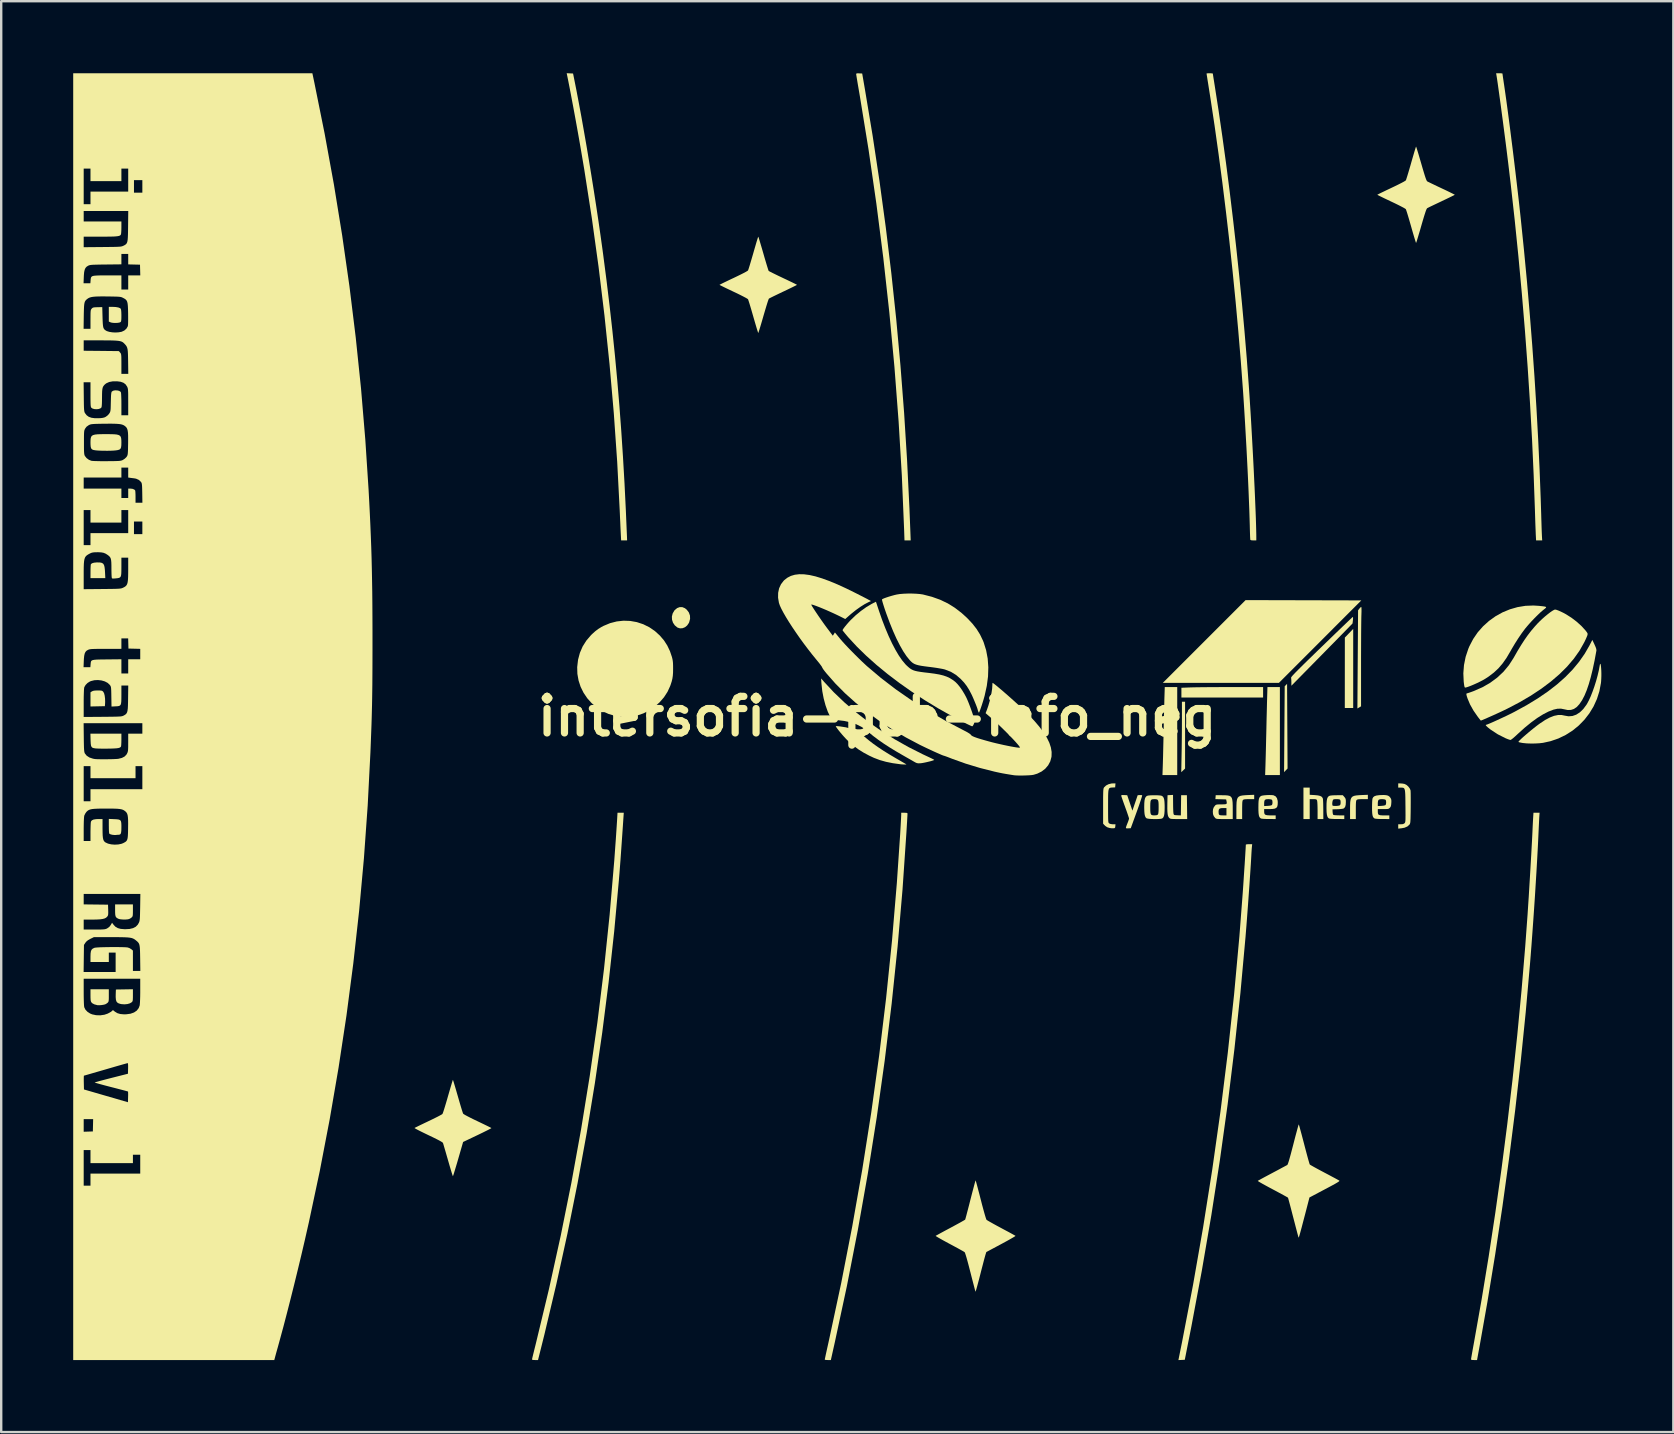
<source format=kicad_pcb>
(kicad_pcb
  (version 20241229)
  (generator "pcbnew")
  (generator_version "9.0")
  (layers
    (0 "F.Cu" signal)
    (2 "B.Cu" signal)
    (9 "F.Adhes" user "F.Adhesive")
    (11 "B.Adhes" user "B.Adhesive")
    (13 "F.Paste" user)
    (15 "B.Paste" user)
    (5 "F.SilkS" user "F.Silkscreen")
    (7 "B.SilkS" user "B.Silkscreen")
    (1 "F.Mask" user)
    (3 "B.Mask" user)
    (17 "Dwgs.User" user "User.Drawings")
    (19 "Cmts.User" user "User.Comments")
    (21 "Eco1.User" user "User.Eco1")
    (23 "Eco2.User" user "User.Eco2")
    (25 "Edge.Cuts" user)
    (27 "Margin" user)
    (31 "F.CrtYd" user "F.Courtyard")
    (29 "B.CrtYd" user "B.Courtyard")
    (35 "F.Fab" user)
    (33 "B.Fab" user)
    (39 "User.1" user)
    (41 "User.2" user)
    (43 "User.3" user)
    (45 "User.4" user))
  (footprint "intersofia-pcb-info_neg"
    (layer "F.Cu")
    (at 33.496 26.799)
    (property "Reference" "intersofia-pcb-info_neg" (at 0 0 0) (layer "F.SilkS") (effects (font (size 1.524 1.524) (thickness 0.3))))
    (attr board_only exclude_from_pos_files exclude_from_bom)
    (fp_poly (pts (xy 17.763 -4.839) (xy 20.174 -4.833) (xy 16.741 -1.397) (xy 11.904 -1.397) (xy 13.628 -3.121) (xy 15.352 -4.845)) (stroke (width 0) (type solid)) (fill yes) (layer "F.SilkS"))
    (fp_poly (pts (xy 19.836 -0.349) (xy 19.486 -0.349) (xy 19.487 -1.817) (xy 19.488 -3.284) (xy 19.662 -3.465) (xy 19.836 -3.647)) (stroke (width 0) (type solid)) (fill yes) (layer "F.SilkS"))
    (fp_poly (pts (xy 17.091 0.407) (xy 17.101 2.171) (xy 17.028 2.247) (xy 16.956 2.322) (xy 16.982 -1.255) (xy 17.032 -1.306) (xy 17.081 -1.358)) (stroke (width 0) (type solid)) (fill yes) (layer "F.SilkS"))
    (fp_poly (pts (xy 12.831 2.174) (xy 12.672 2.324) (xy 12.686 1.562) (xy 12.69 1.34) (xy 12.693 1.092) (xy 12.696 0.832) (xy 12.698 0.574) (xy 12.699 0.332) (xy 12.7 0.118) (xy 12.7 0.095) (xy 12.7 -0.611) (xy 12.831 -0.611)) (stroke (width 0) (type solid)) (fill yes) (layer "F.SilkS"))
    (fp_poly (pts (xy 16.082 -0.786) (xy 12.678 -0.786) (xy 12.678 -1.193) (xy 13.074 -1.208) (xy 13.171 -1.21) (xy 13.305 -1.213) (xy 13.472 -1.215) (xy 13.667 -1.217) (xy 13.883 -1.219) (xy 14.115 -1.22) (xy 14.359 -1.221) (xy 14.607 -1.222) (xy 14.777 -1.222) (xy 16.082 -1.222)) (stroke (width 0) (type solid)) (fill yes) (layer "F.SilkS"))
    (fp_poly (pts (xy -32.384 -1.079) (xy -32.325 -1.074) (xy -32.288 -1.063) (xy -32.26 -1.042) (xy -32.241 -1.021) (xy -32.208 -0.959) (xy -32.184 -0.863) (xy -32.169 -0.743) (xy -32.165 -0.608) (xy -32.168 -0.535) (xy -32.176 -0.426) (xy -32.776 -0.413) (xy -32.776 -1.003) (xy -32.717 -1.041) (xy -32.67 -1.063) (xy -32.606 -1.075) (xy -32.512 -1.08) (xy -32.475 -1.08)) (stroke (width 0) (type solid)) (fill yes) (layer "F.SilkS"))
    (fp_poly (pts (xy -32.378 -6.412) (xy -32.302 -6.396) (xy -32.249 -6.363) (xy -32.212 -6.307) (xy -32.19 -6.223) (xy -32.176 -6.104) (xy -32.17 -6.006) (xy -32.158 -5.761) (xy -32.776 -5.761) (xy -32.775 -6.039) (xy -32.774 -6.146) (xy -32.77 -6.239) (xy -32.765 -6.307) (xy -32.759 -6.342) (xy -32.758 -6.343) (xy -32.712 -6.379) (xy -32.63 -6.404) (xy -32.517 -6.415) (xy -32.481 -6.415)) (stroke (width 0) (type solid)) (fill yes) (layer "F.SilkS"))
    (fp_poly (pts (xy -31.008 11.616) (xy -31.009 11.724) (xy -31.012 11.798) (xy -31.018 11.846) (xy -31.03 11.878) (xy -31.049 11.902) (xy -31.057 11.909) (xy -31.132 11.955) (xy -31.234 11.985) (xy -31.353 11.997) (xy -31.474 11.99) (xy -31.526 11.981) (xy -31.605 11.956) (xy -31.661 11.921) (xy -31.698 11.87) (xy -31.718 11.795) (xy -31.726 11.689) (xy -31.724 11.565) (xy -31.717 11.38) (xy -31.008 11.368)) (stroke (width 0) (type solid)) (fill yes) (layer "F.SilkS"))
    (fp_poly (pts (xy 12.504 2.444) (xy 11.889 2.444) (xy 11.902 2.068) (xy 11.905 1.966) (xy 11.909 1.826) (xy 11.914 1.657) (xy 11.918 1.464) (xy 11.923 1.253) (xy 11.928 1.032) (xy 11.933 0.807) (xy 11.936 0.666) (xy 11.941 0.439) (xy 11.946 0.21) (xy 11.951 -0.015) (xy 11.956 -0.228) (xy 11.961 -0.423) (xy 11.966 -0.592) (xy 11.969 -0.729) (xy 11.971 -0.791) (xy 11.985 -1.222) (xy 12.504 -1.222)) (stroke (width 0) (type solid)) (fill yes) (layer "F.SilkS"))
    (fp_poly (pts (xy 16.781 2.444) (xy 16.167 2.444) (xy 16.18 2.057) (xy 16.183 1.949) (xy 16.187 1.804) (xy 16.192 1.63) (xy 16.197 1.435) (xy 16.202 1.224) (xy 16.207 1.005) (xy 16.212 0.787) (xy 16.214 0.72) (xy 16.219 0.497) (xy 16.224 0.266) (xy 16.229 0.038) (xy 16.235 -0.182) (xy 16.24 -0.383) (xy 16.244 -0.559) (xy 16.248 -0.701) (xy 16.249 -0.726) (xy 16.263 -1.222) (xy 16.781 -1.222)) (stroke (width 0) (type solid)) (fill yes) (layer "F.SilkS"))
    (fp_poly (pts (xy -31.865 -17.064) (xy -31.724 -17.057) (xy -31.615 -17.038) (xy -31.541 -17.008) (xy -31.516 -16.985) (xy -31.501 -16.94) (xy -31.492 -16.852) (xy -31.488 -16.722) (xy -31.488 -16.703) (xy -31.489 -16.591) (xy -31.493 -16.515) (xy -31.501 -16.467) (xy -31.514 -16.439) (xy -31.524 -16.429) (xy -31.571 -16.409) (xy -31.647 -16.397) (xy -31.737 -16.393) (xy -31.829 -16.396) (xy -31.907 -16.408) (xy -31.941 -16.419) (xy -32.012 -16.451) (xy -32.012 -17.064)) (stroke (width 0) (type solid)) (fill yes) (layer "F.SilkS"))
    (fp_poly (pts (xy -31.008 8.081) (xy -31.009 8.189) (xy -31.012 8.263) (xy -31.018 8.311) (xy -31.031 8.343) (xy -31.05 8.367) (xy -31.057 8.374) (xy -31.116 8.417) (xy -31.168 8.443) (xy -31.231 8.457) (xy -31.321 8.464) (xy -31.42 8.463) (xy -31.513 8.456) (xy -31.585 8.443) (xy -31.601 8.437) (xy -31.662 8.407) (xy -31.703 8.375) (xy -31.729 8.332) (xy -31.743 8.27) (xy -31.749 8.18) (xy -31.75 8.081) (xy -31.75 7.834) (xy -31.008 7.834)) (stroke (width 0) (type solid)) (fill yes) (layer "F.SilkS"))
    (fp_poly (pts (xy -8.116 -4.552) (xy -8.009 -4.508) (xy -7.93 -4.444) (xy -7.844 -4.33) (xy -7.798 -4.202) (xy -7.793 -4.065) (xy -7.83 -3.926) (xy -7.847 -3.888) (xy -7.917 -3.787) (xy -8.006 -3.715) (xy -8.108 -3.674) (xy -8.213 -3.668) (xy -8.313 -3.699) (xy -8.326 -3.707) (xy -8.432 -3.795) (xy -8.506 -3.906) (xy -8.546 -4.03) (xy -8.551 -4.161) (xy -8.519 -4.289) (xy -8.45 -4.408) (xy -8.43 -4.431) (xy -8.332 -4.513) (xy -8.225 -4.553)) (stroke (width 0) (type solid)) (fill yes) (layer "F.SilkS"))
    (fp_poly (pts (xy -32.012 11.627) (xy -32.012 11.738) (xy -32.015 11.814) (xy -32.021 11.864) (xy -32.033 11.896) (xy -32.05 11.92) (xy -32.061 11.931) (xy -32.116 11.972) (xy -32.165 11.998) (xy -32.234 12.015) (xy -32.325 12.029) (xy -32.416 12.035) (xy -32.487 12.032) (xy -32.492 12.031) (xy -32.616 11.998) (xy -32.701 11.952) (xy -32.732 11.921) (xy -32.751 11.891) (xy -32.764 11.854) (xy -32.771 11.8) (xy -32.775 11.721) (xy -32.776 11.617) (xy -32.776 11.369) (xy -32.012 11.369)) (stroke (width 0) (type solid)) (fill yes) (layer "F.SilkS"))
    (fp_poly (pts (xy 15.711 3.448) (xy 15.495 3.448) (xy 15.387 3.449) (xy 15.314 3.455) (xy 15.268 3.466) (xy 15.244 3.482) (xy 15.231 3.501) (xy 15.222 3.534) (xy 15.215 3.587) (xy 15.212 3.665) (xy 15.21 3.776) (xy 15.209 3.897) (xy 15.209 4.277) (xy 14.969 4.277) (xy 14.969 3.883) (xy 14.971 3.708) (xy 14.977 3.572) (xy 14.993 3.469) (xy 15.021 3.395) (xy 15.067 3.345) (xy 15.134 3.312) (xy 15.225 3.294) (xy 15.345 3.283) (xy 15.442 3.278) (xy 15.711 3.267)) (stroke (width 0) (type solid)) (fill yes) (layer "F.SilkS"))
    (fp_poly (pts (xy 20.178 -4.54) (xy 20.182 -4.479) (xy 20.182 -4.376) (xy 20.178 -4.231) (xy 20.177 -4.217) (xy 20.175 -4.14) (xy 20.173 -4.023) (xy 20.171 -3.871) (xy 20.169 -3.688) (xy 20.167 -3.479) (xy 20.166 -3.246) (xy 20.165 -2.996) (xy 20.164 -2.731) (xy 20.163 -2.456) (xy 20.163 -2.176) (xy 20.163 -2.146) (xy 20.163 -0.419) (xy 20.087 -0.374) (xy 20.011 -0.329) (xy 20.025 -2.374) (xy 20.039 -4.419) (xy 20.093 -4.49) (xy 20.131 -4.534) (xy 20.163 -4.559) (xy 20.169 -4.561)) (stroke (width 0) (type solid)) (fill yes) (layer "F.SilkS"))
    (fp_poly (pts (xy 20.447 3.448) (xy 20.23 3.448) (xy 20.122 3.449) (xy 20.049 3.455) (xy 20.004 3.466) (xy 19.979 3.482) (xy 19.966 3.501) (xy 19.957 3.534) (xy 19.951 3.587) (xy 19.947 3.665) (xy 19.945 3.776) (xy 19.945 3.897) (xy 19.945 4.277) (xy 19.705 4.277) (xy 19.705 3.883) (xy 19.706 3.708) (xy 19.712 3.572) (xy 19.728 3.469) (xy 19.757 3.395) (xy 19.802 3.345) (xy 19.869 3.312) (xy 19.96 3.294) (xy 20.081 3.283) (xy 20.177 3.278) (xy 20.447 3.267)) (stroke (width 0) (type solid)) (fill yes) (layer "F.SilkS"))
    (fp_poly (pts (xy -31.488 0.977) (xy -31.49 1.079) (xy -31.494 1.167) (xy -31.499 1.229) (xy -31.505 1.257) (xy -31.529 1.284) (xy -31.565 1.305) (xy -31.619 1.32) (xy -31.696 1.33) (xy -31.801 1.337) (xy -31.942 1.342) (xy -32.033 1.343) (xy -32.171 1.345) (xy -32.304 1.344) (xy -32.421 1.342) (xy -32.513 1.338) (xy -32.562 1.335) (xy -32.639 1.323) (xy -32.694 1.305) (xy -32.73 1.272) (xy -32.753 1.22) (xy -32.765 1.14) (xy -32.771 1.025) (xy -32.772 0.981) (xy -32.779 0.72) (xy -31.488 0.72)) (stroke (width 0) (type solid)) (fill yes) (layer "F.SilkS"))
    (fp_poly (pts (xy -31.795 4.281) (xy -31.677 4.287) (xy -31.594 4.299) (xy -31.539 4.323) (xy -31.508 4.367) (xy -31.493 4.437) (xy -31.488 4.54) (xy -31.488 4.617) (xy -31.49 4.742) (xy -31.499 4.83) (xy -31.515 4.886) (xy -31.542 4.918) (xy -31.582 4.93) (xy -31.607 4.932) (xy -31.668 4.935) (xy -31.72 4.941) (xy -31.782 4.942) (xy -31.858 4.934) (xy -31.879 4.93) (xy -31.942 4.913) (xy -31.985 4.891) (xy -31.994 4.883) (xy -32 4.852) (xy -32.006 4.786) (xy -32.01 4.695) (xy -32.011 4.587) (xy -32.012 4.564) (xy -32.012 4.272)) (stroke (width 0) (type solid)) (fill yes) (layer "F.SilkS"))
    (fp_poly (pts (xy 18.024 3.267) (xy 18.235 3.279) (xy 18.366 3.292) (xy 18.459 3.314) (xy 18.522 3.347) (xy 18.56 3.395) (xy 18.573 3.428) (xy 18.578 3.466) (xy 18.582 3.54) (xy 18.586 3.641) (xy 18.588 3.762) (xy 18.59 3.879) (xy 18.592 4.277) (xy 18.352 4.277) (xy 18.352 3.918) (xy 18.35 3.793) (xy 18.347 3.68) (xy 18.342 3.588) (xy 18.335 3.525) (xy 18.33 3.504) (xy 18.316 3.473) (xy 18.292 3.457) (xy 18.25 3.449) (xy 18.175 3.448) (xy 18.167 3.448) (xy 18.024 3.448) (xy 18.024 4.277) (xy 17.763 4.277) (xy 17.763 2.968) (xy 18.024 2.968)) (stroke (width 0) (type solid)) (fill yes) (layer "F.SilkS"))
    (fp_poly (pts (xy 12.332 3.627) (xy 12.333 3.752) (xy 12.336 3.867) (xy 12.34 3.961) (xy 12.345 4.026) (xy 12.348 4.048) (xy 12.358 4.083) (xy 12.375 4.103) (xy 12.41 4.113) (xy 12.474 4.118) (xy 12.509 4.12) (xy 12.655 4.126) (xy 12.667 3.284) (xy 12.907 3.284) (xy 12.913 3.781) (xy 12.919 4.277) (xy 12.568 4.277) (xy 12.437 4.277) (xy 12.342 4.275) (xy 12.276 4.272) (xy 12.232 4.265) (xy 12.203 4.255) (xy 12.181 4.24) (xy 12.166 4.225) (xy 12.139 4.189) (xy 12.118 4.138) (xy 12.104 4.068) (xy 12.095 3.973) (xy 12.091 3.848) (xy 12.092 3.686) (xy 12.093 3.611) (xy 12.1 3.284) (xy 12.329 3.271)) (stroke (width 0) (type solid)) (fill yes) (layer "F.SilkS"))
    (fp_poly (pts (xy -0.747 -26.792) (xy -0.622 -26.786) (xy -0.509 -26.131) (xy -0.19 -24.213) (xy 0.099 -22.3) (xy 0.359 -20.389) (xy 0.591 -18.473) (xy 0.796 -16.548) (xy 0.973 -14.609) (xy 1.124 -12.651) (xy 1.248 -10.67) (xy 1.347 -8.66) (xy 1.385 -7.697) (xy 1.399 -7.332) (xy 1.14 -7.332) (xy 1.125 -7.774) (xy 1.03 -10.026) (xy 0.895 -12.291) (xy 0.721 -14.562) (xy 0.508 -16.835) (xy 0.257 -19.105) (xy -0.032 -21.367) (xy -0.357 -23.615) (xy -0.72 -25.846) (xy -0.753 -26.038) (xy -0.782 -26.207) (xy -0.809 -26.364) (xy -0.832 -26.502) (xy -0.851 -26.617) (xy -0.864 -26.702) (xy -0.872 -26.753) (xy -0.873 -26.764) (xy -0.865 -26.784) (xy -0.836 -26.793) (xy -0.775 -26.793)) (stroke (width 0) (type solid)) (fill yes) (layer "F.SilkS"))
    (fp_poly (pts (xy -31.938 -11.759) (xy -31.795 -11.755) (xy -31.685 -11.745) (xy -31.606 -11.725) (xy -31.551 -11.695) (xy -31.516 -11.651) (xy -31.498 -11.59) (xy -31.49 -11.51) (xy -31.488 -11.413) (xy -31.491 -11.293) (xy -31.502 -11.209) (xy -31.526 -11.153) (xy -31.568 -11.118) (xy -31.635 -11.097) (xy -31.706 -11.085) (xy -31.798 -11.076) (xy -31.921 -11.07) (xy -32.063 -11.067) (xy -32.212 -11.068) (xy -32.355 -11.071) (xy -32.481 -11.078) (xy -32.567 -11.086) (xy -32.651 -11.1) (xy -32.709 -11.124) (xy -32.746 -11.164) (xy -32.766 -11.228) (xy -32.774 -11.323) (xy -32.776 -11.413) (xy -32.774 -11.511) (xy -32.766 -11.589) (xy -32.748 -11.649) (xy -32.715 -11.693) (xy -32.661 -11.723) (xy -32.583 -11.743) (xy -32.477 -11.754) (xy -32.336 -11.759) (xy -32.157 -11.76) (xy -32.121 -11.76)) (stroke (width 0) (type solid)) (fill yes) (layer "F.SilkS"))
    (fp_poly (pts (xy 10.294 3.278) (xy 10.42 3.284) (xy 10.637 3.927) (xy 10.856 3.284) (xy 10.941 3.277) (xy 10.999 3.277) (xy 11.038 3.285) (xy 11.043 3.288) (xy 11.04 3.312) (xy 11.023 3.372) (xy 10.994 3.463) (xy 10.955 3.58) (xy 10.908 3.719) (xy 10.853 3.873) (xy 10.814 3.982) (xy 10.568 4.659) (xy 10.466 4.665) (xy 10.401 4.666) (xy 10.37 4.656) (xy 10.365 4.641) (xy 10.373 4.607) (xy 10.394 4.545) (xy 10.424 4.468) (xy 10.431 4.452) (xy 10.462 4.371) (xy 10.485 4.304) (xy 10.496 4.261) (xy 10.496 4.256) (xy 10.489 4.226) (xy 10.468 4.161) (xy 10.437 4.068) (xy 10.398 3.954) (xy 10.351 3.825) (xy 10.333 3.774) (xy 10.285 3.642) (xy 10.242 3.522) (xy 10.208 3.422) (xy 10.183 3.348) (xy 10.17 3.306) (xy 10.169 3.299) (xy 10.182 3.283) (xy 10.227 3.276)) (stroke (width 0) (type solid)) (fill yes) (layer "F.SilkS"))
    (fp_poly (pts (xy 19.829 -4.128) (xy 19.83 -4.072) (xy 19.825 -4.012) (xy 19.809 -3.873) (xy 19.565 -3.622) (xy 19.507 -3.563) (xy 19.422 -3.475) (xy 19.312 -3.364) (xy 19.182 -3.231) (xy 19.035 -3.081) (xy 18.874 -2.918) (xy 18.703 -2.743) (xy 18.524 -2.561) (xy 18.342 -2.376) (xy 18.291 -2.324) (xy 17.261 -1.277) (xy 17.26 -1.418) (xy 17.258 -1.5) (xy 17.253 -1.57) (xy 17.248 -1.606) (xy 17.25 -1.619) (xy 17.261 -1.64) (xy 17.285 -1.671) (xy 17.322 -1.714) (xy 17.375 -1.77) (xy 17.444 -1.843) (xy 17.533 -1.933) (xy 17.643 -2.042) (xy 17.775 -2.173) (xy 17.932 -2.327) (xy 18.116 -2.505) (xy 18.327 -2.711) (xy 18.516 -2.894) (xy 18.714 -3.085) (xy 18.903 -3.268) (xy 19.08 -3.44) (xy 19.245 -3.598) (xy 19.393 -3.741) (xy 19.523 -3.865) (xy 19.632 -3.97) (xy 19.719 -4.052) (xy 19.78 -4.109) (xy 19.813 -4.139) (xy 19.818 -4.143)) (stroke (width 0) (type solid)) (fill yes) (layer "F.SilkS"))
    (fp_poly (pts (xy -1.641 0.408) (xy -1.564 0.416) (xy -1.549 0.417) (xy -1.312 0.454) (xy -1.108 0.505) (xy -0.927 0.575) (xy -0.759 0.668) (xy -0.596 0.788) (xy -0.542 0.834) (xy -0.362 0.985) (xy -0.172 1.132) (xy 0.033 1.278) (xy 0.259 1.428) (xy 0.513 1.586) (xy 0.8 1.755) (xy 0.84 1.778) (xy 0.955 1.844) (xy 1.056 1.903) (xy 1.138 1.951) (xy 1.194 1.984) (xy 1.219 1.999) (xy 1.22 2) (xy 1.207 2.004) (xy 1.162 2.005) (xy 1.099 2.003) (xy 1.028 1.999) (xy 0.971 1.994) (xy 0.655 1.95) (xy 0.372 1.893) (xy 0.113 1.82) (xy -0.133 1.727) (xy -0.326 1.637) (xy -0.57 1.506) (xy -0.784 1.371) (xy -0.984 1.222) (xy -1.183 1.048) (xy -1.239 0.995) (xy -1.304 0.929) (xy -1.377 0.85) (xy -1.455 0.762) (xy -1.531 0.672) (xy -1.601 0.586) (xy -1.659 0.51) (xy -1.701 0.451) (xy -1.722 0.414) (xy -1.722 0.406) (xy -1.697 0.405)) (stroke (width 0) (type solid)) (fill yes) (layer "F.SilkS"))
    (fp_poly (pts (xy 1.209 4.017) (xy 1.249 4.025) (xy 1.264 4.041) (xy 1.266 4.053) (xy 1.264 4.084) (xy 1.261 4.152) (xy 1.255 4.253) (xy 1.248 4.382) (xy 1.239 4.532) (xy 1.229 4.699) (xy 1.222 4.817) (xy 1.059 7.206) (xy 0.853 9.592) (xy 0.605 11.973) (xy 0.315 14.347) (xy -0.017 16.714) (xy -0.391 19.071) (xy -0.807 21.418) (xy -1.263 23.752) (xy -1.761 26.071) (xy -1.928 26.818) (xy -2.055 26.818) (xy -2.123 26.815) (xy -2.169 26.808) (xy -2.182 26.799) (xy -2.178 26.774) (xy -2.164 26.711) (xy -2.144 26.615) (xy -2.117 26.491) (xy -2.084 26.343) (xy -2.047 26.176) (xy -2.007 25.995) (xy -1.998 25.953) (xy -1.496 23.607) (xy -1.037 21.251) (xy -0.62 18.886) (xy -0.246 16.512) (xy 0.085 14.129) (xy 0.374 11.74) (xy 0.62 9.343) (xy 0.822 6.941) (xy 0.96 4.911) (xy 0.97 4.733) (xy 0.98 4.565) (xy 0.988 4.415) (xy 0.995 4.286) (xy 1 4.186) (xy 1.003 4.12) (xy 1.004 4.098) (xy 1.004 4.015) (xy 1.135 4.015)) (stroke (width 0) (type solid)) (fill yes) (layer "F.SilkS"))
    (fp_poly (pts (xy -10.57 4.217) (xy -10.595 4.588) (xy -10.618 4.921) (xy -10.639 5.219) (xy -10.658 5.488) (xy -10.675 5.732) (xy -10.691 5.956) (xy -10.707 6.164) (xy -10.722 6.361) (xy -10.737 6.551) (xy -10.753 6.74) (xy -10.759 6.819) (xy -10.955 8.958) (xy -11.187 11.079) (xy -11.455 13.186) (xy -11.76 15.282) (xy -12.103 17.372) (xy -12.483 19.46) (xy -12.903 21.549) (xy -13.363 23.645) (xy -13.862 25.75) (xy -13.98 26.224) (xy -14.129 26.818) (xy -14.254 26.818) (xy -14.324 26.815) (xy -14.369 26.806) (xy -14.38 26.796) (xy -14.375 26.77) (xy -14.361 26.707) (xy -14.338 26.612) (xy -14.308 26.49) (xy -14.273 26.347) (xy -14.233 26.187) (xy -14.207 26.081) (xy -13.674 23.864) (xy -13.185 21.647) (xy -12.738 19.428) (xy -12.335 17.207) (xy -11.974 14.981) (xy -11.655 12.75) (xy -11.379 10.512) (xy -11.145 8.265) (xy -10.952 6.008) (xy -10.901 5.303) (xy -10.887 5.11) (xy -10.874 4.919) (xy -10.862 4.738) (xy -10.851 4.573) (xy -10.842 4.433) (xy -10.835 4.324) (xy -10.832 4.272) (xy -10.817 4.015) (xy -10.556 4.015)) (stroke (width 0) (type solid)) (fill yes) (layer "F.SilkS"))
    (fp_poly (pts (xy -2.21 -1.44) (xy -1.807 -1.007) (xy -1.364 -0.584) (xy -0.887 -0.174) (xy -0.377 0.22) (xy 0.16 0.595) (xy 0.722 0.948) (xy 1.305 1.277) (xy 1.905 1.58) (xy 2.1 1.671) (xy 2.2 1.718) (xy 2.285 1.759) (xy 2.346 1.79) (xy 2.376 1.809) (xy 2.379 1.812) (xy 2.359 1.825) (xy 2.305 1.844) (xy 2.227 1.867) (xy 2.134 1.89) (xy 2.035 1.913) (xy 1.939 1.933) (xy 1.856 1.947) (xy 1.803 1.953) (xy 1.719 1.956) (xy 1.657 1.946) (xy 1.596 1.92) (xy 1.571 1.906) (xy 1.522 1.878) (xy 1.443 1.832) (xy 1.341 1.774) (xy 1.223 1.707) (xy 1.097 1.635) (xy 1.069 1.619) (xy 0.776 1.449) (xy 0.515 1.289) (xy 0.279 1.136) (xy 0.06 0.984) (xy -0.149 0.827) (xy -0.357 0.66) (xy -0.469 0.566) (xy -0.65 0.437) (xy -0.865 0.33) (xy -1.108 0.247) (xy -1.374 0.189) (xy -1.638 0.158) (xy -1.887 0.142) (xy -1.947 0.033) (xy -2.057 -0.199) (xy -2.151 -0.464) (xy -2.228 -0.751) (xy -2.285 -1.052) (xy -2.319 -1.358) (xy -2.322 -1.397) (xy -2.333 -1.582)) (stroke (width 0) (type solid)) (fill yes) (layer "F.SilkS"))
    (fp_poly (pts (xy 9.918 2.957) (xy 9.804 2.963) (xy 9.756 2.966) (xy 9.718 2.972) (xy 9.687 2.985) (xy 9.664 3.008) (xy 9.648 3.048) (xy 9.636 3.107) (xy 9.629 3.19) (xy 9.625 3.302) (xy 9.624 3.446) (xy 9.623 3.628) (xy 9.623 3.746) (xy 9.623 3.936) (xy 9.624 4.087) (xy 9.625 4.204) (xy 9.627 4.292) (xy 9.63 4.355) (xy 9.635 4.398) (xy 9.642 4.426) (xy 9.651 4.443) (xy 9.663 4.455) (xy 9.672 4.461) (xy 9.726 4.483) (xy 9.801 4.494) (xy 9.826 4.495) (xy 9.931 4.495) (xy 9.925 4.577) (xy 9.917 4.631) (xy 9.896 4.655) (xy 9.851 4.662) (xy 9.841 4.662) (xy 9.763 4.66) (xy 9.689 4.65) (xy 9.59 4.62) (xy 9.512 4.568) (xy 9.47 4.528) (xy 9.416 4.47) (xy 9.416 3.742) (xy 9.416 3.544) (xy 9.416 3.386) (xy 9.418 3.261) (xy 9.42 3.165) (xy 9.423 3.095) (xy 9.428 3.044) (xy 9.434 3.008) (xy 9.442 2.983) (xy 9.453 2.964) (xy 9.461 2.953) (xy 9.539 2.879) (xy 9.644 2.825) (xy 9.764 2.796) (xy 9.815 2.793) (xy 9.931 2.793)) (stroke (width 0) (type solid)) (fill yes) (layer "F.SilkS"))
    (fp_poly (pts (xy 27.571 -4.606) (xy 27.704 -4.592) (xy 27.796 -4.58) (xy 27.852 -4.568) (xy 27.874 -4.551) (xy 27.867 -4.528) (xy 27.832 -4.495) (xy 27.773 -4.448) (xy 27.751 -4.431) (xy 27.645 -4.341) (xy 27.522 -4.224) (xy 27.389 -4.091) (xy 27.255 -3.95) (xy 27.128 -3.809) (xy 27.018 -3.678) (xy 26.989 -3.642) (xy 26.856 -3.462) (xy 26.714 -3.254) (xy 26.573 -3.032) (xy 26.441 -2.81) (xy 26.382 -2.706) (xy 26.224 -2.438) (xy 26.061 -2.206) (xy 25.888 -2.004) (xy 25.696 -1.825) (xy 25.481 -1.661) (xy 25.335 -1.566) (xy 25.235 -1.508) (xy 25.117 -1.447) (xy 24.991 -1.386) (xy 24.862 -1.328) (xy 24.741 -1.277) (xy 24.633 -1.236) (xy 24.549 -1.209) (xy 24.496 -1.2) (xy 24.481 -1.215) (xy 24.466 -1.262) (xy 24.453 -1.346) (xy 24.44 -1.453) (xy 24.425 -1.796) (xy 24.452 -2.139) (xy 24.521 -2.481) (xy 24.632 -2.815) (xy 24.678 -2.924) (xy 24.835 -3.225) (xy 25.025 -3.503) (xy 25.247 -3.754) (xy 25.495 -3.978) (xy 25.766 -4.172) (xy 26.057 -4.334) (xy 26.364 -4.461) (xy 26.684 -4.553) (xy 27.013 -4.607) (xy 27.348 -4.62)) (stroke (width 0) (type solid)) (fill yes) (layer "F.SilkS"))
    (fp_poly (pts (xy -12.669 -26.786) (xy -12.629 -26.589) (xy -12.53 -26.092) (xy -12.428 -25.556) (xy -12.323 -24.989) (xy -12.218 -24.396) (xy -12.111 -23.783) (xy -12.006 -23.155) (xy -11.902 -22.519) (xy -11.8 -21.881) (xy -11.702 -21.245) (xy -11.608 -20.619) (xy -11.52 -20.007) (xy -11.438 -19.417) (xy -11.415 -19.246) (xy -11.276 -18.174) (xy -11.148 -17.118) (xy -11.031 -16.074) (xy -10.924 -15.036) (xy -10.827 -13.996) (xy -10.739 -12.949) (xy -10.66 -11.889) (xy -10.589 -10.809) (xy -10.525 -9.705) (xy -10.469 -8.568) (xy -10.424 -7.512) (xy -10.417 -7.332) (xy -10.666 -7.332) (xy -10.679 -7.577) (xy -10.683 -7.659) (xy -10.689 -7.776) (xy -10.696 -7.923) (xy -10.703 -8.092) (xy -10.712 -8.276) (xy -10.72 -8.467) (xy -10.726 -8.598) (xy -10.83 -10.604) (xy -10.971 -12.627) (xy -11.148 -14.661) (xy -11.36 -16.699) (xy -11.607 -18.737) (xy -11.888 -20.767) (xy -12.202 -22.785) (xy -12.364 -23.742) (xy -12.408 -23.993) (xy -12.456 -24.265) (xy -12.507 -24.55) (xy -12.56 -24.843) (xy -12.614 -25.136) (xy -12.667 -25.423) (xy -12.719 -25.697) (xy -12.767 -25.953) (xy -12.811 -26.183) (xy -12.85 -26.38) (xy -12.871 -26.487) (xy -12.934 -26.799)) (stroke (width 0) (type solid)) (fill yes) (layer "F.SilkS"))
    (fp_poly (pts (xy 14.383 3.285) (xy 14.51 3.287) (xy 14.609 3.295) (xy 14.684 3.312) (xy 14.739 3.345) (xy 14.776 3.398) (xy 14.798 3.475) (xy 14.811 3.582) (xy 14.816 3.722) (xy 14.817 3.901) (xy 14.817 4.277) (xy 14.471 4.277) (xy 14.341 4.277) (xy 14.247 4.275) (xy 14.182 4.272) (xy 14.14 4.265) (xy 14.112 4.254) (xy 14.092 4.239) (xy 14.081 4.228) (xy 14.024 4.152) (xy 13.995 4.071) (xy 13.987 3.971) (xy 13.988 3.96) (xy 14.227 3.96) (xy 14.23 4.041) (xy 14.243 4.09) (xy 14.276 4.114) (xy 14.337 4.123) (xy 14.404 4.124) (xy 14.555 4.124) (xy 14.555 3.819) (xy 14.433 3.819) (xy 14.336 3.823) (xy 14.274 3.84) (xy 14.241 3.875) (xy 14.228 3.932) (xy 14.227 3.96) (xy 13.988 3.96) (xy 13.996 3.869) (xy 14.026 3.789) (xy 14.081 3.715) (xy 14.106 3.692) (xy 14.136 3.678) (xy 14.182 3.67) (xy 14.253 3.667) (xy 14.341 3.666) (xy 14.447 3.665) (xy 14.516 3.659) (xy 14.554 3.644) (xy 14.569 3.616) (xy 14.566 3.572) (xy 14.559 3.535) (xy 14.542 3.459) (xy 14.318 3.452) (xy 14.094 3.446) (xy 14.101 3.365) (xy 14.107 3.284)) (stroke (width 0) (type solid)) (fill yes) (layer "F.SilkS"))
    (fp_poly (pts (xy 15.615 5.439) (xy 15.609 5.508) (xy 15.602 5.606) (xy 15.595 5.72) (xy 15.59 5.815) (xy 15.583 5.944) (xy 15.573 6.111) (xy 15.56 6.311) (xy 15.545 6.539) (xy 15.528 6.788) (xy 15.51 7.055) (xy 15.49 7.333) (xy 15.47 7.617) (xy 15.449 7.903) (xy 15.428 8.184) (xy 15.408 8.455) (xy 15.388 8.711) (xy 15.369 8.947) (xy 15.352 9.158) (xy 15.351 9.176) (xy 15.137 11.523) (xy 14.888 13.851) (xy 14.604 16.168) (xy 14.283 18.477) (xy 13.925 20.786) (xy 13.528 23.099) (xy 13.093 25.423) (xy 13.009 25.847) (xy 12.819 26.807) (xy 12.686 26.814) (xy 12.553 26.82) (xy 12.704 26.072) (xy 13.162 23.69) (xy 13.582 21.29) (xy 13.964 18.876) (xy 14.307 16.452) (xy 14.61 14.021) (xy 14.873 11.587) (xy 15.095 9.156) (xy 15.23 7.397) (xy 15.244 7.205) (xy 15.258 7.001) (xy 15.272 6.79) (xy 15.286 6.576) (xy 15.3 6.364) (xy 15.314 6.16) (xy 15.326 5.968) (xy 15.337 5.793) (xy 15.346 5.639) (xy 15.354 5.512) (xy 15.359 5.417) (xy 15.362 5.358) (xy 15.362 5.344) (xy 15.382 5.334) (xy 15.434 5.327) (xy 15.495 5.324) (xy 15.627 5.324)) (stroke (width 0) (type solid)) (fill yes) (layer "F.SilkS"))
    (fp_poly (pts (xy 21.805 2.793) (xy 21.887 2.799) (xy 21.967 2.813) (xy 21.977 2.816) (xy 22.054 2.854) (xy 22.129 2.919) (xy 22.19 2.998) (xy 22.224 3.076) (xy 22.225 3.081) (xy 22.228 3.121) (xy 22.231 3.198) (xy 22.232 3.307) (xy 22.233 3.44) (xy 22.233 3.593) (xy 22.232 3.758) (xy 22.232 3.801) (xy 22.23 3.987) (xy 22.227 4.134) (xy 22.225 4.248) (xy 22.221 4.333) (xy 22.217 4.395) (xy 22.211 4.438) (xy 22.202 4.469) (xy 22.192 4.491) (xy 22.18 4.509) (xy 22.095 4.586) (xy 21.976 4.638) (xy 21.847 4.662) (xy 21.712 4.676) (xy 21.712 4.495) (xy 21.821 4.495) (xy 21.903 4.489) (xy 21.957 4.466) (xy 21.975 4.451) (xy 21.987 4.437) (xy 21.997 4.419) (xy 22.005 4.394) (xy 22.01 4.355) (xy 22.014 4.299) (xy 22.015 4.22) (xy 22.016 4.113) (xy 22.015 3.974) (xy 22.014 3.797) (xy 22.013 3.733) (xy 22.011 3.53) (xy 22.009 3.367) (xy 22.005 3.239) (xy 21.998 3.141) (xy 21.988 3.071) (xy 21.972 3.022) (xy 21.951 2.992) (xy 21.923 2.976) (xy 21.887 2.969) (xy 21.841 2.968) (xy 21.818 2.968) (xy 21.712 2.968) (xy 21.712 2.793)) (stroke (width 0) (type solid)) (fill yes) (layer "F.SilkS"))
    (fp_poly (pts (xy -10.287 -3.977) (xy -10.012 -3.928) (xy -9.745 -3.84) (xy -9.491 -3.714) (xy -9.254 -3.551) (xy -9.053 -3.368) (xy -8.882 -3.168) (xy -8.744 -2.954) (xy -8.632 -2.718) (xy -8.549 -2.473) (xy -8.529 -2.393) (xy -8.515 -2.316) (xy -8.506 -2.23) (xy -8.502 -2.124) (xy -8.501 -1.986) (xy -8.501 -1.986) (xy -8.503 -1.823) (xy -8.513 -1.689) (xy -8.531 -1.57) (xy -8.56 -1.452) (xy -8.603 -1.32) (xy -8.622 -1.266) (xy -8.733 -1.025) (xy -8.88 -0.798) (xy -9.06 -0.59) (xy -9.267 -0.405) (xy -9.496 -0.249) (xy -9.742 -0.124) (xy -9.983 -0.042) (xy -10.148 -0.009) (xy -10.337 0.01) (xy -10.535 0.016) (xy -10.726 0.007) (xy -10.893 -0.015) (xy -10.911 -0.019) (xy -11.188 -0.101) (xy -11.446 -0.219) (xy -11.682 -0.37) (xy -11.893 -0.55) (xy -12.078 -0.756) (xy -12.232 -0.985) (xy -12.354 -1.232) (xy -12.44 -1.496) (xy -12.489 -1.771) (xy -12.497 -2.056) (xy -12.496 -2.062) (xy -12.461 -2.362) (xy -12.385 -2.646) (xy -12.271 -2.911) (xy -12.117 -3.156) (xy -11.925 -3.381) (xy -11.879 -3.427) (xy -11.747 -3.546) (xy -11.623 -3.641) (xy -11.491 -3.722) (xy -11.397 -3.772) (xy -11.126 -3.885) (xy -10.849 -3.956) (xy -10.568 -3.987)) (stroke (width 0) (type solid)) (fill yes) (layer "F.SilkS"))
    (fp_poly (pts (xy 30.14 -2.183) (xy 30.151 -2.145) (xy 30.16 -2.083) (xy 30.167 -2.002) (xy 30.173 -1.905) (xy 30.176 -1.799) (xy 30.176 -1.687) (xy 30.172 -1.575) (xy 30.166 -1.467) (xy 30.158 -1.389) (xy 30.094 -1.049) (xy 29.991 -0.724) (xy 29.851 -0.416) (xy 29.676 -0.127) (xy 29.471 0.138) (xy 29.236 0.379) (xy 28.976 0.591) (xy 28.691 0.772) (xy 28.386 0.92) (xy 28.062 1.032) (xy 27.749 1.101) (xy 27.597 1.119) (xy 27.422 1.129) (xy 27.24 1.131) (xy 27.066 1.125) (xy 26.916 1.11) (xy 26.88 1.105) (xy 26.804 1.09) (xy 26.747 1.077) (xy 26.72 1.066) (xy 26.729 1.046) (xy 26.768 1.002) (xy 26.831 0.94) (xy 26.915 0.863) (xy 27.015 0.776) (xy 27.125 0.682) (xy 27.241 0.585) (xy 27.359 0.49) (xy 27.473 0.4) (xy 27.58 0.32) (xy 27.615 0.295) (xy 27.83 0.152) (xy 28.026 0.047) (xy 28.205 -0.023) (xy 28.371 -0.057) (xy 28.525 -0.057) (xy 28.642 -0.033) (xy 28.809 -0.004) (xy 28.972 -0.017) (xy 29.129 -0.072) (xy 29.28 -0.169) (xy 29.422 -0.306) (xy 29.554 -0.484) (xy 29.579 -0.524) (xy 29.654 -0.664) (xy 29.733 -0.838) (xy 29.811 -1.037) (xy 29.887 -1.252) (xy 29.957 -1.475) (xy 30.018 -1.697) (xy 30.068 -1.908) (xy 30.103 -2.099) (xy 30.103 -2.102) (xy 30.116 -2.166) (xy 30.128 -2.192)) (stroke (width 0) (type solid)) (fill yes) (layer "F.SilkS"))
    (fp_poly (pts (xy 16.425 3.278) (xy 16.499 3.284) (xy 16.519 3.289) (xy 16.603 3.331) (xy 16.66 3.408) (xy 16.689 3.516) (xy 16.693 3.583) (xy 16.688 3.689) (xy 16.669 3.764) (xy 16.63 3.814) (xy 16.565 3.844) (xy 16.468 3.858) (xy 16.35 3.862) (xy 16.126 3.862) (xy 16.126 3.959) (xy 16.13 4.028) (xy 16.148 4.075) (xy 16.185 4.103) (xy 16.25 4.118) (xy 16.348 4.124) (xy 16.4 4.124) (xy 16.606 4.124) (xy 16.606 4.277) (xy 16.317 4.276) (xy 16.206 4.274) (xy 16.109 4.27) (xy 16.034 4.263) (xy 15.993 4.255) (xy 15.99 4.253) (xy 15.952 4.224) (xy 15.924 4.181) (xy 15.905 4.12) (xy 15.893 4.033) (xy 15.887 3.914) (xy 15.886 3.786) (xy 15.887 3.736) (xy 16.126 3.736) (xy 16.28 3.728) (xy 16.38 3.717) (xy 16.439 3.7) (xy 16.454 3.687) (xy 16.47 3.637) (xy 16.474 3.571) (xy 16.466 3.509) (xy 16.449 3.474) (xy 16.414 3.46) (xy 16.351 3.45) (xy 16.297 3.448) (xy 16.214 3.453) (xy 16.162 3.475) (xy 16.136 3.521) (xy 16.126 3.598) (xy 16.126 3.634) (xy 16.126 3.736) (xy 15.887 3.736) (xy 15.888 3.636) (xy 15.894 3.524) (xy 15.907 3.442) (xy 15.928 3.384) (xy 15.958 3.344) (xy 15.999 3.315) (xy 16 3.314) (xy 16.049 3.3) (xy 16.129 3.288) (xy 16.227 3.28) (xy 16.33 3.276)) (stroke (width 0) (type solid)) (fill yes) (layer "F.SilkS"))
    (fp_poly (pts (xy 29.89 -2.995) (xy 29.937 -2.888) (xy 29.963 -2.811) (xy 29.97 -2.755) (xy 29.969 -2.739) (xy 29.893 -2.328) (xy 29.815 -1.959) (xy 29.734 -1.631) (xy 29.651 -1.341) (xy 29.565 -1.089) (xy 29.475 -0.872) (xy 29.38 -0.689) (xy 29.37 -0.672) (xy 29.261 -0.51) (xy 29.149 -0.389) (xy 29.032 -0.31) (xy 28.907 -0.269) (xy 28.771 -0.266) (xy 28.638 -0.294) (xy 28.491 -0.323) (xy 28.341 -0.318) (xy 28.179 -0.281) (xy 27.972 -0.201) (xy 27.747 -0.085) (xy 27.505 0.066) (xy 27.251 0.251) (xy 26.986 0.467) (xy 26.713 0.713) (xy 26.673 0.75) (xy 26.586 0.831) (xy 26.508 0.899) (xy 26.444 0.95) (xy 26.401 0.978) (xy 26.39 0.982) (xy 26.352 0.973) (xy 26.286 0.951) (xy 26.206 0.919) (xy 26.179 0.907) (xy 25.863 0.748) (xy 25.575 0.56) (xy 25.523 0.52) (xy 25.432 0.447) (xy 25.378 0.395) (xy 25.357 0.363) (xy 25.369 0.35) (xy 25.379 0.349) (xy 25.411 0.34) (xy 25.476 0.314) (xy 25.569 0.275) (xy 25.683 0.225) (xy 25.813 0.166) (xy 25.952 0.102) (xy 26.096 0.035) (xy 26.238 -0.032) (xy 26.371 -0.097) (xy 26.491 -0.157) (xy 26.557 -0.191) (xy 27.062 -0.467) (xy 27.525 -0.749) (xy 27.948 -1.038) (xy 28.33 -1.334) (xy 28.673 -1.638) (xy 28.979 -1.951) (xy 29.248 -2.276) (xy 29.482 -2.611) (xy 29.676 -2.947) (xy 29.8 -3.187)) (stroke (width 0) (type solid)) (fill yes) (layer "F.SilkS"))
    (fp_poly (pts (xy 27.592 4.152) (xy 27.588 4.213) (xy 27.583 4.309) (xy 27.577 4.433) (xy 27.57 4.576) (xy 27.563 4.729) (xy 27.559 4.812) (xy 27.542 5.183) (xy 27.521 5.592) (xy 27.497 6.032) (xy 27.47 6.498) (xy 27.44 6.983) (xy 27.409 7.481) (xy 27.375 7.986) (xy 27.34 8.493) (xy 27.304 8.994) (xy 27.268 9.485) (xy 27.231 9.959) (xy 27.201 10.332) (xy 27.023 12.338) (xy 26.818 14.359) (xy 26.588 16.385) (xy 26.332 18.411) (xy 26.053 20.427) (xy 25.751 22.427) (xy 25.427 24.403) (xy 25.113 26.18) (xy 24.996 26.818) (xy 24.871 26.818) (xy 24.794 26.815) (xy 24.754 26.804) (xy 24.745 26.789) (xy 24.749 26.761) (xy 24.76 26.695) (xy 24.777 26.597) (xy 24.799 26.472) (xy 24.825 26.326) (xy 24.855 26.162) (xy 24.875 26.052) (xy 25.186 24.297) (xy 25.48 22.509) (xy 25.756 20.692) (xy 26.015 18.855) (xy 26.254 17.003) (xy 26.473 15.143) (xy 26.672 13.281) (xy 26.849 11.425) (xy 27.004 9.581) (xy 27.102 8.248) (xy 27.116 8.031) (xy 27.132 7.785) (xy 27.15 7.517) (xy 27.167 7.232) (xy 27.185 6.936) (xy 27.203 6.635) (xy 27.221 6.333) (xy 27.238 6.037) (xy 27.255 5.753) (xy 27.269 5.485) (xy 27.283 5.239) (xy 27.294 5.022) (xy 27.303 4.839) (xy 27.308 4.724) (xy 27.314 4.59) (xy 27.321 4.45) (xy 27.328 4.321) (xy 27.334 4.218) (xy 27.334 4.217) (xy 27.347 4.015) (xy 27.602 4.015)) (stroke (width 0) (type solid)) (fill yes) (layer "F.SilkS"))
    (fp_poly (pts (xy 21.213 3.283) (xy 21.287 3.302) (xy 21.341 3.337) (xy 21.381 3.384) (xy 21.41 3.432) (xy 21.424 3.482) (xy 21.427 3.549) (xy 21.424 3.605) (xy 21.416 3.693) (xy 21.401 3.752) (xy 21.374 3.796) (xy 21.364 3.807) (xy 21.338 3.832) (xy 21.309 3.848) (xy 21.269 3.857) (xy 21.207 3.861) (xy 21.113 3.862) (xy 21.086 3.862) (xy 20.861 3.862) (xy 20.861 3.951) (xy 20.864 4.024) (xy 20.877 4.073) (xy 20.907 4.103) (xy 20.962 4.118) (xy 21.049 4.124) (xy 21.124 4.124) (xy 21.341 4.124) (xy 21.341 4.277) (xy 21.052 4.276) (xy 20.941 4.274) (xy 20.844 4.27) (xy 20.77 4.263) (xy 20.728 4.255) (xy 20.725 4.253) (xy 20.687 4.224) (xy 20.659 4.181) (xy 20.64 4.119) (xy 20.628 4.031) (xy 20.622 3.912) (xy 20.621 3.789) (xy 20.622 3.736) (xy 20.861 3.736) (xy 21.015 3.728) (xy 21.116 3.717) (xy 21.174 3.7) (xy 21.189 3.687) (xy 21.205 3.637) (xy 21.209 3.571) (xy 21.201 3.509) (xy 21.184 3.474) (xy 21.149 3.46) (xy 21.086 3.45) (xy 21.032 3.448) (xy 20.949 3.453) (xy 20.897 3.475) (xy 20.871 3.521) (xy 20.862 3.598) (xy 20.861 3.634) (xy 20.861 3.736) (xy 20.622 3.736) (xy 20.623 3.671) (xy 20.626 3.565) (xy 20.632 3.481) (xy 20.639 3.427) (xy 20.642 3.418) (xy 20.674 3.362) (xy 20.727 3.323) (xy 20.806 3.297) (xy 20.918 3.282) (xy 20.977 3.279) (xy 21.113 3.275)) (stroke (width 0) (type solid)) (fill yes) (layer "F.SilkS"))
    (fp_poly (pts (xy 11.698 3.288) (xy 11.8 3.296) (xy 11.86 3.31) (xy 11.867 3.313) (xy 11.909 3.346) (xy 11.94 3.395) (xy 11.961 3.465) (xy 11.973 3.564) (xy 11.979 3.696) (xy 11.98 3.786) (xy 11.977 3.942) (xy 11.968 4.06) (xy 11.952 4.145) (xy 11.926 4.205) (xy 11.891 4.243) (xy 11.874 4.253) (xy 11.828 4.266) (xy 11.75 4.274) (xy 11.652 4.278) (xy 11.543 4.278) (xy 11.435 4.275) (xy 11.338 4.268) (xy 11.264 4.257) (xy 11.222 4.244) (xy 11.222 4.244) (xy 11.187 4.207) (xy 11.161 4.151) (xy 11.143 4.069) (xy 11.133 3.957) (xy 11.129 3.807) (xy 11.129 3.786) (xy 11.38 3.786) (xy 11.381 3.914) (xy 11.387 4.005) (xy 11.401 4.065) (xy 11.426 4.101) (xy 11.465 4.118) (xy 11.523 4.124) (xy 11.554 4.124) (xy 11.64 4.118) (xy 11.69 4.097) (xy 11.699 4.088) (xy 11.713 4.056) (xy 11.722 3.996) (xy 11.728 3.904) (xy 11.729 3.786) (xy 11.728 3.658) (xy 11.722 3.567) (xy 11.708 3.507) (xy 11.683 3.471) (xy 11.643 3.454) (xy 11.586 3.448) (xy 11.554 3.448) (xy 11.488 3.45) (xy 11.441 3.462) (xy 11.41 3.488) (xy 11.392 3.537) (xy 11.383 3.613) (xy 11.38 3.725) (xy 11.38 3.786) (xy 11.129 3.786) (xy 11.129 3.769) (xy 11.132 3.617) (xy 11.142 3.503) (xy 11.16 3.42) (xy 11.188 3.362) (xy 11.227 3.323) (xy 11.242 3.313) (xy 11.294 3.298) (xy 11.388 3.289) (xy 11.523 3.285) (xy 11.554 3.285)) (stroke (width 0) (type solid)) (fill yes) (layer "F.SilkS"))
    (fp_poly (pts (xy 19.466 3.355) (xy 19.502 3.401) (xy 19.521 3.445) (xy 19.529 3.505) (xy 19.53 3.567) (xy 19.523 3.686) (xy 19.5 3.769) (xy 19.459 3.822) (xy 19.435 3.838) (xy 19.393 3.849) (xy 19.32 3.859) (xy 19.229 3.866) (xy 19.181 3.868) (xy 18.974 3.873) (xy 18.977 3.98) (xy 18.985 4.049) (xy 19.002 4.096) (xy 19.01 4.105) (xy 19.043 4.113) (xy 19.109 4.119) (xy 19.197 4.123) (xy 19.252 4.124) (xy 19.465 4.124) (xy 19.465 4.277) (xy 19.165 4.276) (xy 19.044 4.274) (xy 18.942 4.269) (xy 18.867 4.262) (xy 18.826 4.253) (xy 18.824 4.252) (xy 18.786 4.219) (xy 18.758 4.166) (xy 18.739 4.089) (xy 18.727 3.981) (xy 18.723 3.837) (xy 18.723 3.786) (xy 18.725 3.632) (xy 18.725 3.63) (xy 18.963 3.63) (xy 18.967 3.688) (xy 18.977 3.717) (xy 19.009 3.727) (xy 19.069 3.731) (xy 19.142 3.73) (xy 19.211 3.723) (xy 19.261 3.713) (xy 19.27 3.709) (xy 19.301 3.676) (xy 19.312 3.615) (xy 19.312 3.602) (xy 19.309 3.524) (xy 19.294 3.478) (xy 19.257 3.455) (xy 19.191 3.448) (xy 19.145 3.448) (xy 19.069 3.449) (xy 19.024 3.456) (xy 19 3.472) (xy 18.985 3.502) (xy 18.984 3.504) (xy 18.969 3.563) (xy 18.963 3.63) (xy 18.725 3.63) (xy 18.734 3.516) (xy 18.75 3.431) (xy 18.775 3.371) (xy 18.811 3.33) (xy 18.835 3.314) (xy 18.888 3.299) (xy 18.983 3.289) (xy 19.116 3.285) (xy 19.144 3.285) (xy 19.403 3.284)) (stroke (width 0) (type solid)) (fill yes) (layer "F.SilkS"))
    (fp_poly (pts (xy 0.074 -4.407) (xy 0.205 -4.029) (xy 0.342 -3.674) (xy 0.481 -3.344) (xy 0.622 -3.043) (xy 0.764 -2.772) (xy 0.904 -2.536) (xy 1.042 -2.336) (xy 1.176 -2.175) (xy 1.225 -2.125) (xy 1.298 -2.058) (xy 1.363 -2.004) (xy 1.428 -1.961) (xy 1.498 -1.926) (xy 1.581 -1.898) (xy 1.681 -1.875) (xy 1.807 -1.854) (xy 1.963 -1.833) (xy 2.156 -1.811) (xy 2.391 -1.78) (xy 2.589 -1.746) (xy 2.757 -1.705) (xy 2.902 -1.655) (xy 3.031 -1.594) (xy 3.151 -1.519) (xy 3.249 -1.445) (xy 3.341 -1.355) (xy 3.442 -1.233) (xy 3.544 -1.088) (xy 3.641 -0.928) (xy 3.722 -0.775) (xy 3.762 -0.685) (xy 3.809 -0.572) (xy 3.859 -0.443) (xy 3.909 -0.308) (xy 3.957 -0.173) (xy 3.999 -0.048) (xy 4.033 0.06) (xy 4.056 0.143) (xy 4.064 0.188) (xy 4.058 0.236) (xy 4.038 0.296) (xy 4.011 0.356) (xy 3.983 0.399) (xy 3.963 0.413) (xy 3.934 0.404) (xy 3.876 0.378) (xy 3.798 0.341) (xy 3.731 0.309) (xy 3.137 -0.000092) (xy 2.557 -0.327) (xy 1.994 -0.669) (xy 1.451 -1.024) (xy 0.932 -1.389) (xy 0.439 -1.763) (xy -0.024 -2.143) (xy -0.453 -2.526) (xy -0.847 -2.911) (xy -1.201 -3.294) (xy -1.275 -3.381) (xy -1.34 -3.458) (xy -1.393 -3.524) (xy -1.428 -3.57) (xy -1.44 -3.59) (xy -1.426 -3.623) (xy -1.387 -3.68) (xy -1.329 -3.755) (xy -1.257 -3.842) (xy -1.176 -3.934) (xy -1.103 -4.012) (xy -0.9 -4.207) (xy -0.679 -4.39) (xy -0.451 -4.553) (xy -0.228 -4.686) (xy -0.183 -4.709) (xy -0.049 -4.777)) (stroke (width 0) (type solid)) (fill yes) (layer "F.SilkS"))
    (fp_poly (pts (xy 28.303 -4.441) (xy 28.388 -4.41) (xy 28.494 -4.363) (xy 28.612 -4.305) (xy 28.706 -4.253) (xy 28.934 -4.108) (xy 29.15 -3.943) (xy 29.347 -3.765) (xy 29.512 -3.584) (xy 29.554 -3.53) (xy 29.591 -3.477) (xy 29.604 -3.438) (xy 29.597 -3.392) (xy 29.589 -3.367) (xy 29.567 -3.312) (xy 29.532 -3.231) (xy 29.488 -3.137) (xy 29.458 -3.077) (xy 29.265 -2.737) (xy 29.029 -2.404) (xy 28.752 -2.079) (xy 28.433 -1.761) (xy 28.074 -1.453) (xy 27.674 -1.153) (xy 27.236 -0.863) (xy 26.759 -0.584) (xy 26.245 -0.315) (xy 26.141 -0.265) (xy 26.043 -0.218) (xy 25.927 -0.164) (xy 25.801 -0.106) (xy 25.671 -0.047) (xy 25.542 0.01) (xy 25.422 0.063) (xy 25.317 0.109) (xy 25.233 0.145) (xy 25.176 0.167) (xy 25.154 0.175) (xy 25.139 0.158) (xy 25.104 0.115) (xy 25.055 0.053) (xy 25.027 0.016) (xy 24.847 -0.243) (xy 24.704 -0.499) (xy 24.603 -0.739) (xy 24.569 -0.841) (xy 24.553 -0.908) (xy 24.554 -0.946) (xy 24.572 -0.96) (xy 24.577 -0.96) (xy 24.607 -0.968) (xy 24.67 -0.988) (xy 24.755 -1.018) (xy 24.854 -1.054) (xy 24.86 -1.057) (xy 25.217 -1.213) (xy 25.542 -1.399) (xy 25.834 -1.614) (xy 26.095 -1.858) (xy 26.323 -2.133) (xy 26.519 -2.436) (xy 26.527 -2.451) (xy 26.685 -2.728) (xy 26.833 -2.972) (xy 26.973 -3.189) (xy 27.111 -3.385) (xy 27.251 -3.566) (xy 27.398 -3.74) (xy 27.517 -3.871) (xy 27.613 -3.968) (xy 27.719 -4.068) (xy 27.83 -4.166) (xy 27.94 -4.256) (xy 28.042 -4.335) (xy 28.132 -4.397) (xy 28.202 -4.437) (xy 28.246 -4.452)) (stroke (width 0) (type solid)) (fill yes) (layer "F.SilkS"))
    (fp_poly (pts (xy 25.992 -26.795) (xy 26.04 -26.79) (xy 26.055 -26.785) (xy 26.058 -26.76) (xy 26.066 -26.7) (xy 26.079 -26.609) (xy 26.096 -26.496) (xy 26.115 -26.366) (xy 26.119 -26.343) (xy 26.162 -26.045) (xy 26.21 -25.708) (xy 26.26 -25.339) (xy 26.313 -24.941) (xy 26.368 -24.522) (xy 26.423 -24.084) (xy 26.48 -23.635) (xy 26.536 -23.178) (xy 26.591 -22.72) (xy 26.645 -22.264) (xy 26.697 -21.818) (xy 26.747 -21.385) (xy 26.792 -20.971) (xy 26.817 -20.741) (xy 26.95 -19.445) (xy 27.075 -18.133) (xy 27.189 -16.811) (xy 27.294 -15.487) (xy 27.388 -14.166) (xy 27.471 -12.856) (xy 27.542 -11.564) (xy 27.602 -10.296) (xy 27.649 -9.06) (xy 27.669 -8.423) (xy 27.674 -8.234) (xy 27.68 -8.052) (xy 27.685 -7.885) (xy 27.69 -7.737) (xy 27.695 -7.616) (xy 27.699 -7.526) (xy 27.701 -7.479) (xy 27.711 -7.332) (xy 27.456 -7.332) (xy 27.442 -7.599) (xy 27.439 -7.687) (xy 27.434 -7.811) (xy 27.428 -7.963) (xy 27.422 -8.136) (xy 27.416 -8.322) (xy 27.41 -8.514) (xy 27.407 -8.619) (xy 27.355 -10.059) (xy 27.288 -11.532) (xy 27.204 -13.031) (xy 27.105 -14.551) (xy 26.991 -16.084) (xy 26.862 -17.623) (xy 26.72 -19.162) (xy 26.564 -20.693) (xy 26.395 -22.211) (xy 26.326 -22.792) (xy 26.295 -23.049) (xy 26.261 -23.324) (xy 26.225 -23.614) (xy 26.187 -23.914) (xy 26.147 -24.22) (xy 26.107 -24.528) (xy 26.067 -24.834) (xy 26.027 -25.132) (xy 25.989 -25.42) (xy 25.952 -25.692) (xy 25.917 -25.945) (xy 25.885 -26.173) (xy 25.857 -26.374) (xy 25.832 -26.542) (xy 25.812 -26.673) (xy 25.803 -26.726) (xy 25.791 -26.797) (xy 25.923 -26.797)) (stroke (width 0) (type solid)) (fill yes) (layer "F.SilkS"))
    (fp_poly (pts (xy 13.926 -26.794) (xy 13.973 -26.789) (xy 13.987 -26.782) (xy 13.991 -26.757) (xy 14 -26.696) (xy 14.014 -26.604) (xy 14.033 -26.488) (xy 14.054 -26.354) (xy 14.065 -26.286) (xy 14.228 -25.236) (xy 14.386 -24.148) (xy 14.54 -23.03) (xy 14.687 -21.889) (xy 14.827 -20.729) (xy 14.96 -19.558) (xy 15.085 -18.383) (xy 15.201 -17.209) (xy 15.307 -16.044) (xy 15.403 -14.894) (xy 15.487 -13.764) (xy 15.492 -13.693) (xy 15.515 -13.365) (xy 15.537 -13.017) (xy 15.56 -12.652) (xy 15.583 -12.273) (xy 15.605 -11.885) (xy 15.627 -11.49) (xy 15.649 -11.093) (xy 15.67 -10.696) (xy 15.69 -10.305) (xy 15.708 -9.921) (xy 15.726 -9.55) (xy 15.742 -9.194) (xy 15.756 -8.857) (xy 15.769 -8.542) (xy 15.78 -8.254) (xy 15.788 -7.996) (xy 15.794 -7.772) (xy 15.798 -7.584) (xy 15.799 -7.468) (xy 15.799 -7.332) (xy 15.678 -7.332) (xy 15.598 -7.337) (xy 15.555 -7.351) (xy 15.549 -7.359) (xy 15.546 -7.388) (xy 15.542 -7.454) (xy 15.538 -7.551) (xy 15.534 -7.674) (xy 15.53 -7.816) (xy 15.527 -7.954) (xy 15.518 -8.261) (xy 15.507 -8.607) (xy 15.492 -8.985) (xy 15.476 -9.391) (xy 15.457 -9.82) (xy 15.436 -10.265) (xy 15.413 -10.721) (xy 15.389 -11.184) (xy 15.363 -11.647) (xy 15.337 -12.107) (xy 15.31 -12.556) (xy 15.283 -12.99) (xy 15.256 -13.404) (xy 15.242 -13.603) (xy 15.152 -14.812) (xy 15.05 -16.039) (xy 14.937 -17.279) (xy 14.813 -18.524) (xy 14.68 -19.768) (xy 14.537 -21.004) (xy 14.386 -22.227) (xy 14.227 -23.428) (xy 14.062 -24.602) (xy 13.89 -25.743) (xy 13.812 -26.236) (xy 13.789 -26.384) (xy 13.767 -26.518) (xy 13.75 -26.631) (xy 13.736 -26.717) (xy 13.728 -26.771) (xy 13.726 -26.787) (xy 13.745 -26.792) (xy 13.797 -26.796) (xy 13.857 -26.797)) (stroke (width 0) (type solid)) (fill yes) (layer "F.SilkS"))
    (fp_poly (pts (xy 1.628 -5.111) (xy 1.785 -5.098) (xy 1.911 -5.079) (xy 1.914 -5.078) (xy 2.286 -4.982) (xy 2.627 -4.86) (xy 2.943 -4.709) (xy 3.24 -4.524) (xy 3.525 -4.304) (xy 3.752 -4.097) (xy 3.966 -3.87) (xy 4.143 -3.644) (xy 4.288 -3.411) (xy 4.408 -3.161) (xy 4.439 -3.085) (xy 4.542 -2.756) (xy 4.607 -2.409) (xy 4.633 -2.044) (xy 4.621 -1.664) (xy 4.569 -1.268) (xy 4.479 -0.859) (xy 4.464 -0.806) (xy 4.433 -0.698) (xy 4.397 -0.581) (xy 4.36 -0.464) (xy 4.323 -0.356) (xy 4.29 -0.263) (xy 4.263 -0.195) (xy 4.246 -0.158) (xy 4.244 -0.156) (xy 4.231 -0.167) (xy 4.212 -0.206) (xy 4.196 -0.253) (xy 4.19 -0.28) (xy 4.181 -0.313) (xy 4.159 -0.378) (xy 4.126 -0.465) (xy 4.085 -0.567) (xy 4.041 -0.673) (xy 3.997 -0.776) (xy 3.956 -0.868) (xy 3.938 -0.906) (xy 3.837 -1.1) (xy 3.734 -1.265) (xy 3.62 -1.413) (xy 3.486 -1.556) (xy 3.482 -1.561) (xy 3.285 -1.729) (xy 3.071 -1.858) (xy 2.835 -1.95) (xy 2.795 -1.962) (xy 2.724 -1.978) (xy 2.619 -1.997) (xy 2.489 -2.019) (xy 2.345 -2.04) (xy 2.194 -2.06) (xy 2.163 -2.063) (xy 1.977 -2.087) (xy 1.829 -2.109) (xy 1.711 -2.133) (xy 1.617 -2.16) (xy 1.542 -2.192) (xy 1.477 -2.232) (xy 1.418 -2.283) (xy 1.357 -2.345) (xy 1.356 -2.346) (xy 1.224 -2.51) (xy 1.087 -2.715) (xy 0.948 -2.96) (xy 0.806 -3.24) (xy 0.665 -3.555) (xy 0.524 -3.903) (xy 0.384 -4.28) (xy 0.315 -4.479) (xy 0.276 -4.599) (xy 0.243 -4.706) (xy 0.218 -4.792) (xy 0.204 -4.85) (xy 0.203 -4.873) (xy 0.228 -4.892) (xy 0.288 -4.919) (xy 0.375 -4.951) (xy 0.48 -4.986) (xy 0.596 -5.021) (xy 0.716 -5.054) (xy 0.818 -5.078) (xy 0.943 -5.098) (xy 1.098 -5.111) (xy 1.272 -5.118) (xy 1.453 -5.118)) (stroke (width 0) (type solid)) (fill yes) (layer "F.SilkS"))
    (fp_poly (pts (xy -17.667 15.165) (xy -17.648 15.222) (xy -17.621 15.311) (xy -17.586 15.428) (xy -17.545 15.567) (xy -17.5 15.723) (xy -17.47 15.826) (xy -17.422 15.993) (xy -17.377 16.148) (xy -17.336 16.285) (xy -17.301 16.4) (xy -17.273 16.486) (xy -17.255 16.539) (xy -17.249 16.552) (xy -17.222 16.574) (xy -17.159 16.612) (xy -17.064 16.663) (xy -16.941 16.726) (xy -16.794 16.799) (xy -16.651 16.867) (xy -16.505 16.937) (xy -16.372 17.001) (xy -16.257 17.057) (xy -16.166 17.102) (xy -16.103 17.134) (xy -16.073 17.151) (xy -16.071 17.152) (xy -16.088 17.165) (xy -16.139 17.193) (xy -16.221 17.236) (xy -16.328 17.289) (xy -16.455 17.352) (xy -16.598 17.421) (xy -16.656 17.449) (xy -17.25 17.732) (xy -17.456 18.445) (xy -17.505 18.614) (xy -17.551 18.768) (xy -17.592 18.903) (xy -17.626 19.015) (xy -17.652 19.097) (xy -17.67 19.147) (xy -17.676 19.159) (xy -17.684 19.139) (xy -17.704 19.082) (xy -17.732 18.992) (xy -17.767 18.876) (xy -17.808 18.738) (xy -17.853 18.582) (xy -17.88 18.488) (xy -17.928 18.323) (xy -17.972 18.169) (xy -18.012 18.033) (xy -18.045 17.92) (xy -18.07 17.835) (xy -18.086 17.784) (xy -18.09 17.772) (xy -18.11 17.751) (xy -18.16 17.718) (xy -18.243 17.671) (xy -18.359 17.611) (xy -18.511 17.536) (xy -18.699 17.446) (xy -18.846 17.375) (xy -18.979 17.31) (xy -19.093 17.253) (xy -19.183 17.206) (xy -19.245 17.171) (xy -19.273 17.152) (xy -19.274 17.149) (xy -19.251 17.136) (xy -19.193 17.107) (xy -19.106 17.064) (xy -18.995 17.01) (xy -18.866 16.948) (xy -18.723 16.88) (xy -18.701 16.869) (xy -18.555 16.799) (xy -18.421 16.733) (xy -18.305 16.675) (xy -18.211 16.625) (xy -18.145 16.589) (xy -18.113 16.567) (xy -18.112 16.566) (xy -18.098 16.536) (xy -18.074 16.469) (xy -18.042 16.371) (xy -18.004 16.247) (xy -17.96 16.101) (xy -17.913 15.941) (xy -17.883 15.835) (xy -17.835 15.67) (xy -17.791 15.518) (xy -17.752 15.386) (xy -17.72 15.278) (xy -17.695 15.199) (xy -17.68 15.153) (xy -17.675 15.144)) (stroke (width 0) (type solid)) (fill yes) (layer "F.SilkS"))
    (fp_poly (pts (xy -4.944 -19.968) (xy -4.925 -19.911) (xy -4.897 -19.821) (xy -4.862 -19.704) (xy -4.821 -19.565) (xy -4.775 -19.408) (xy -4.74 -19.287) (xy -4.692 -19.119) (xy -4.646 -18.964) (xy -4.605 -18.827) (xy -4.57 -18.713) (xy -4.543 -18.627) (xy -4.525 -18.575) (xy -4.519 -18.562) (xy -4.494 -18.546) (xy -4.435 -18.515) (xy -4.347 -18.471) (xy -4.235 -18.416) (xy -4.104 -18.352) (xy -3.958 -18.283) (xy -3.919 -18.264) (xy -3.772 -18.195) (xy -3.639 -18.131) (xy -3.524 -18.076) (xy -3.433 -18.031) (xy -3.37 -17.999) (xy -3.341 -17.982) (xy -3.339 -17.981) (xy -3.358 -17.969) (xy -3.412 -17.941) (xy -3.495 -17.9) (xy -3.603 -17.847) (xy -3.731 -17.785) (xy -3.873 -17.717) (xy -3.912 -17.699) (xy -4.059 -17.629) (xy -4.194 -17.564) (xy -4.312 -17.507) (xy -4.407 -17.46) (xy -4.474 -17.426) (xy -4.508 -17.407) (xy -4.51 -17.405) (xy -4.522 -17.379) (xy -4.545 -17.316) (xy -4.576 -17.221) (xy -4.614 -17.099) (xy -4.657 -16.956) (xy -4.704 -16.796) (xy -4.739 -16.677) (xy -4.787 -16.51) (xy -4.832 -16.357) (xy -4.872 -16.223) (xy -4.906 -16.113) (xy -4.932 -16.032) (xy -4.948 -15.984) (xy -4.953 -15.973) (xy -4.961 -15.994) (xy -4.98 -16.051) (xy -5.008 -16.14) (xy -5.043 -16.257) (xy -5.084 -16.396) (xy -5.129 -16.552) (xy -5.159 -16.655) (xy -5.207 -16.822) (xy -5.252 -16.977) (xy -5.293 -17.114) (xy -5.328 -17.229) (xy -5.356 -17.315) (xy -5.374 -17.368) (xy -5.38 -17.381) (xy -5.407 -17.402) (xy -5.47 -17.439) (xy -5.564 -17.489) (xy -5.684 -17.55) (xy -5.827 -17.621) (xy -5.988 -17.697) (xy -6.134 -17.767) (xy -6.268 -17.83) (xy -6.382 -17.886) (xy -6.473 -17.931) (xy -6.536 -17.963) (xy -6.566 -17.979) (xy -6.567 -17.981) (xy -6.548 -17.992) (xy -6.494 -18.02) (xy -6.411 -18.062) (xy -6.302 -18.114) (xy -6.174 -18.176) (xy -6.031 -18.244) (xy -5.987 -18.264) (xy -5.825 -18.342) (xy -5.682 -18.412) (xy -5.561 -18.473) (xy -5.468 -18.523) (xy -5.406 -18.56) (xy -5.379 -18.581) (xy -5.367 -18.612) (xy -5.344 -18.68) (xy -5.313 -18.779) (xy -5.276 -18.904) (xy -5.233 -19.049) (xy -5.186 -19.21) (xy -5.158 -19.306) (xy -5.111 -19.471) (xy -5.067 -19.621) (xy -5.029 -19.752) (xy -4.996 -19.859) (xy -4.972 -19.936) (xy -4.957 -19.98) (xy -4.953 -19.988)) (stroke (width 0) (type solid)) (fill yes) (layer "F.SilkS"))
    (fp_poly (pts (xy 4.111 19.354) (xy 4.128 19.412) (xy 4.153 19.503) (xy 4.185 19.623) (xy 4.223 19.767) (xy 4.266 19.93) (xy 4.311 20.107) (xy 4.319 20.136) (xy 4.368 20.328) (xy 4.415 20.503) (xy 4.457 20.657) (xy 4.494 20.786) (xy 4.524 20.885) (xy 4.546 20.949) (xy 4.558 20.974) (xy 4.586 20.994) (xy 4.647 21.031) (xy 4.737 21.082) (xy 4.849 21.145) (xy 4.98 21.217) (xy 5.124 21.294) (xy 5.172 21.32) (xy 5.317 21.398) (xy 5.451 21.469) (xy 5.567 21.532) (xy 5.661 21.584) (xy 5.728 21.621) (xy 5.762 21.641) (xy 5.766 21.644) (xy 5.752 21.657) (xy 5.703 21.689) (xy 5.624 21.735) (xy 5.52 21.795) (xy 5.396 21.864) (xy 5.254 21.941) (xy 5.166 21.989) (xy 4.55 22.318) (xy 4.513 22.435) (xy 4.499 22.484) (xy 4.475 22.57) (xy 4.444 22.686) (xy 4.408 22.826) (xy 4.366 22.985) (xy 4.322 23.156) (xy 4.293 23.271) (xy 4.25 23.44) (xy 4.209 23.593) (xy 4.173 23.727) (xy 4.143 23.835) (xy 4.119 23.915) (xy 4.104 23.961) (xy 4.098 23.969) (xy 4.091 23.944) (xy 4.073 23.882) (xy 4.048 23.786) (xy 4.016 23.663) (xy 3.978 23.516) (xy 3.935 23.351) (xy 3.89 23.172) (xy 3.884 23.152) (xy 3.825 22.921) (xy 3.773 22.726) (xy 3.729 22.567) (xy 3.693 22.447) (xy 3.666 22.366) (xy 3.648 22.326) (xy 3.645 22.323) (xy 3.618 22.305) (xy 3.556 22.269) (xy 3.466 22.219) (xy 3.353 22.156) (xy 3.221 22.085) (xy 3.076 22.007) (xy 3.016 21.975) (xy 2.87 21.896) (xy 2.738 21.824) (xy 2.625 21.76) (xy 2.534 21.708) (xy 2.472 21.67) (xy 2.441 21.648) (xy 2.439 21.644) (xy 2.461 21.63) (xy 2.518 21.599) (xy 2.603 21.552) (xy 2.712 21.493) (xy 2.841 21.423) (xy 2.985 21.346) (xy 3.055 21.309) (xy 3.203 21.229) (xy 3.339 21.155) (xy 3.458 21.09) (xy 3.555 21.035) (xy 3.625 20.995) (xy 3.663 20.971) (xy 3.669 20.966) (xy 3.677 20.94) (xy 3.695 20.877) (xy 3.721 20.781) (xy 3.753 20.657) (xy 3.792 20.51) (xy 3.835 20.344) (xy 3.88 20.165) (xy 3.887 20.139) (xy 3.933 19.959) (xy 3.976 19.793) (xy 4.015 19.646) (xy 4.048 19.521) (xy 4.074 19.425) (xy 4.093 19.361) (xy 4.102 19.334) (xy 4.103 19.334)) (stroke (width 0) (type solid)) (fill yes) (layer "F.SilkS"))
    (fp_poly (pts (xy 17.575 17.019) (xy 17.593 17.077) (xy 17.618 17.169) (xy 17.651 17.289) (xy 17.69 17.433) (xy 17.733 17.597) (xy 17.78 17.775) (xy 17.792 17.822) (xy 17.84 18.005) (xy 17.885 18.175) (xy 17.926 18.328) (xy 17.962 18.459) (xy 17.992 18.562) (xy 18.013 18.634) (xy 18.026 18.669) (xy 18.027 18.671) (xy 18.051 18.688) (xy 18.11 18.722) (xy 18.196 18.771) (xy 18.307 18.832) (xy 18.437 18.902) (xy 18.58 18.978) (xy 18.636 19.008) (xy 18.785 19.086) (xy 18.921 19.159) (xy 19.041 19.223) (xy 19.14 19.276) (xy 19.212 19.316) (xy 19.252 19.339) (xy 19.258 19.342) (xy 19.262 19.352) (xy 19.251 19.368) (xy 19.221 19.391) (xy 19.17 19.424) (xy 19.093 19.469) (xy 18.988 19.527) (xy 18.851 19.601) (xy 18.679 19.692) (xy 18.653 19.706) (xy 18.013 20.045) (xy 17.912 20.437) (xy 17.842 20.707) (xy 17.781 20.938) (xy 17.73 21.133) (xy 17.688 21.294) (xy 17.653 21.424) (xy 17.625 21.526) (xy 17.603 21.603) (xy 17.587 21.657) (xy 17.574 21.692) (xy 17.566 21.711) (xy 17.561 21.715) (xy 17.558 21.712) (xy 17.55 21.684) (xy 17.532 21.619) (xy 17.506 21.521) (xy 17.473 21.395) (xy 17.434 21.247) (xy 17.391 21.08) (xy 17.344 20.9) (xy 17.338 20.877) (xy 17.291 20.696) (xy 17.248 20.529) (xy 17.209 20.38) (xy 17.175 20.253) (xy 17.148 20.154) (xy 17.129 20.086) (xy 17.12 20.056) (xy 17.12 20.055) (xy 17.098 20.04) (xy 17.043 20.008) (xy 16.958 19.961) (xy 16.848 19.901) (xy 16.718 19.831) (xy 16.573 19.753) (xy 16.476 19.702) (xy 16.325 19.621) (xy 16.187 19.546) (xy 16.068 19.481) (xy 15.972 19.426) (xy 15.903 19.385) (xy 15.865 19.359) (xy 15.859 19.353) (xy 15.882 19.339) (xy 15.938 19.308) (xy 16.023 19.261) (xy 16.132 19.202) (xy 16.261 19.133) (xy 16.404 19.057) (xy 16.464 19.025) (xy 16.613 18.946) (xy 16.75 18.873) (xy 16.87 18.808) (xy 16.97 18.755) (xy 17.042 18.716) (xy 17.084 18.694) (xy 17.09 18.69) (xy 17.104 18.668) (xy 17.125 18.615) (xy 17.153 18.529) (xy 17.188 18.407) (xy 17.232 18.249) (xy 17.284 18.051) (xy 17.341 17.834) (xy 17.388 17.65) (xy 17.432 17.481) (xy 17.473 17.33) (xy 17.507 17.202) (xy 17.535 17.102) (xy 17.555 17.033) (xy 17.566 17.001) (xy 17.567 16.999)) (stroke (width 0) (type solid)) (fill yes) (layer "F.SilkS"))
    (fp_poly (pts (xy 22.464 -23.721) (xy 22.483 -23.664) (xy 22.511 -23.574) (xy 22.547 -23.457) (xy 22.588 -23.317) (xy 22.634 -23.16) (xy 22.672 -23.03) (xy 22.73 -22.829) (xy 22.779 -22.666) (xy 22.818 -22.538) (xy 22.85 -22.441) (xy 22.876 -22.371) (xy 22.897 -22.325) (xy 22.914 -22.299) (xy 22.922 -22.291) (xy 22.953 -22.275) (xy 23.018 -22.243) (xy 23.111 -22.198) (xy 23.228 -22.142) (xy 23.361 -22.078) (xy 23.506 -22.01) (xy 23.518 -22.004) (xy 23.661 -21.937) (xy 23.79 -21.875) (xy 23.9 -21.821) (xy 23.987 -21.778) (xy 24.044 -21.749) (xy 24.068 -21.735) (xy 24.068 -21.734) (xy 24.05 -21.722) (xy 23.996 -21.694) (xy 23.913 -21.653) (xy 23.806 -21.601) (xy 23.679 -21.54) (xy 23.537 -21.473) (xy 23.518 -21.463) (xy 23.372 -21.394) (xy 23.237 -21.33) (xy 23.12 -21.274) (xy 23.024 -21.228) (xy 22.957 -21.194) (xy 22.923 -21.177) (xy 22.922 -21.176) (xy 22.907 -21.16) (xy 22.889 -21.127) (xy 22.866 -21.072) (xy 22.839 -20.992) (xy 22.804 -20.884) (xy 22.761 -20.743) (xy 22.709 -20.566) (xy 22.672 -20.438) (xy 22.624 -20.27) (xy 22.578 -20.116) (xy 22.538 -19.981) (xy 22.504 -19.87) (xy 22.478 -19.787) (xy 22.461 -19.738) (xy 22.455 -19.727) (xy 22.447 -19.747) (xy 22.428 -19.804) (xy 22.4 -19.894) (xy 22.365 -20.01) (xy 22.324 -20.149) (xy 22.279 -20.306) (xy 22.25 -20.409) (xy 22.202 -20.576) (xy 22.157 -20.73) (xy 22.116 -20.868) (xy 22.081 -20.982) (xy 22.053 -21.068) (xy 22.034 -21.121) (xy 22.028 -21.134) (xy 22.001 -21.155) (xy 21.939 -21.192) (xy 21.846 -21.241) (xy 21.727 -21.302) (xy 21.587 -21.371) (xy 21.429 -21.446) (xy 21.42 -21.45) (xy 21.274 -21.52) (xy 21.14 -21.583) (xy 21.026 -21.639) (xy 20.935 -21.684) (xy 20.872 -21.716) (xy 20.842 -21.732) (xy 20.841 -21.734) (xy 20.86 -21.746) (xy 20.913 -21.773) (xy 20.997 -21.815) (xy 21.105 -21.867) (xy 21.233 -21.929) (xy 21.377 -21.997) (xy 21.421 -22.018) (xy 21.578 -22.093) (xy 21.719 -22.162) (xy 21.839 -22.223) (xy 21.934 -22.273) (xy 21.998 -22.311) (xy 22.028 -22.333) (xy 22.029 -22.334) (xy 22.042 -22.365) (xy 22.064 -22.433) (xy 22.095 -22.532) (xy 22.133 -22.657) (xy 22.176 -22.803) (xy 22.223 -22.963) (xy 22.25 -23.06) (xy 22.297 -23.224) (xy 22.341 -23.374) (xy 22.379 -23.505) (xy 22.412 -23.612) (xy 22.436 -23.69) (xy 22.451 -23.734) (xy 22.455 -23.741)) (stroke (width 0) (type solid)) (fill yes) (layer "F.SilkS"))
    (fp_poly (pts (xy -3.043 -5.92) (xy -2.816 -5.89) (xy -2.565 -5.833) (xy -2.288 -5.748) (xy -1.984 -5.637) (xy -1.65 -5.498) (xy -1.286 -5.331) (xy -0.96 -5.171) (xy -0.821 -5.101) (xy -0.688 -5.033) (xy -0.568 -4.972) (xy -0.469 -4.921) (xy -0.398 -4.884) (xy -0.374 -4.87) (xy -0.256 -4.805) (xy -0.352 -4.763) (xy -0.513 -4.68) (xy -0.693 -4.567) (xy -0.884 -4.431) (xy -1.079 -4.275) (xy -1.171 -4.195) (xy -1.328 -4.057) (xy -1.531 -4.159) (xy -1.671 -4.227) (xy -1.82 -4.297) (xy -1.975 -4.367) (xy -2.129 -4.435) (xy -2.276 -4.497) (xy -2.413 -4.553) (xy -2.533 -4.599) (xy -2.631 -4.634) (xy -2.702 -4.656) (xy -2.74 -4.662) (xy -2.745 -4.66) (xy -2.737 -4.638) (xy -2.708 -4.586) (xy -2.66 -4.509) (xy -2.597 -4.412) (xy -2.522 -4.3) (xy -2.44 -4.178) (xy -2.352 -4.051) (xy -2.264 -3.925) (xy -2.177 -3.804) (xy -2.096 -3.694) (xy -2.066 -3.654) (xy -1.846 -3.361) (xy -1.802 -3.429) (xy -1.759 -3.497) (xy -1.714 -3.443) (xy -1.681 -3.403) (xy -1.629 -3.339) (xy -1.566 -3.262) (xy -1.528 -3.216) (xy -1.444 -3.119) (xy -1.335 -2.999) (xy -1.206 -2.862) (xy -1.064 -2.716) (xy -0.915 -2.565) (xy -0.766 -2.418) (xy -0.624 -2.28) (xy -0.493 -2.158) (xy -0.426 -2.096) (xy 0.158 -1.602) (xy 0.781 -1.125) (xy 1.443 -0.665) (xy 2.143 -0.223) (xy 2.88 0.2) (xy 3.618 0.587) (xy 3.752 0.657) (xy 3.845 0.714) (xy 3.898 0.756) (xy 3.908 0.771) (xy 3.933 0.798) (xy 3.985 0.829) (xy 4.068 0.864) (xy 4.184 0.905) (xy 4.337 0.952) (xy 4.527 1.007) (xy 4.643 1.039) (xy 4.791 1.079) (xy 4.95 1.118) (xy 5.115 1.156) (xy 5.28 1.193) (xy 5.439 1.226) (xy 5.586 1.255) (xy 5.716 1.278) (xy 5.822 1.295) (xy 5.901 1.304) (xy 5.944 1.304) (xy 5.951 1.301) (xy 5.944 1.278) (xy 5.91 1.228) (xy 5.851 1.157) (xy 5.771 1.066) (xy 5.674 0.96) (xy 5.563 0.844) (xy 5.442 0.719) (xy 5.314 0.592) (xy 5.184 0.464) (xy 5.054 0.34) (xy 4.928 0.224) (xy 4.811 0.118) (xy 4.808 0.116) (xy 4.52 -0.135) (xy 4.577 -0.28) (xy 4.634 -0.445) (xy 4.687 -0.626) (xy 4.733 -0.812) (xy 4.768 -0.992) (xy 4.792 -1.155) (xy 4.801 -1.29) (xy 4.801 -1.293) (xy 4.803 -1.353) (xy 4.809 -1.391) (xy 4.813 -1.397) (xy 4.838 -1.382) (xy 4.892 -1.342) (xy 4.97 -1.28) (xy 5.067 -1.199) (xy 5.181 -1.103) (xy 5.306 -0.995) (xy 5.44 -0.879) (xy 5.576 -0.758) (xy 5.713 -0.636) (xy 5.844 -0.516) (xy 5.967 -0.402) (xy 6.01 -0.362) (xy 6.3 -0.08) (xy 6.55 0.185) (xy 6.762 0.434) (xy 6.936 0.669) (xy 7.074 0.89) (xy 7.175 1.098) (xy 7.24 1.296) (xy 7.271 1.483) (xy 7.267 1.661) (xy 7.263 1.692) (xy 7.214 1.874) (xy 7.127 2.037) (xy 7.006 2.179) (xy 6.854 2.296) (xy 6.673 2.386) (xy 6.519 2.433) (xy 6.449 2.444) (xy 6.347 2.453) (xy 6.223 2.459) (xy 6.089 2.463) (xy 5.956 2.464) (xy 5.835 2.462) (xy 5.737 2.456) (xy 5.695 2.451) (xy 5.513 2.422) (xy 5.362 2.397) (xy 5.233 2.374) (xy 5.112 2.35) (xy 4.99 2.324) (xy 4.888 2.301) (xy 4.283 2.148) (xy 3.692 1.969) (xy 3.127 1.767) (xy 3.045 1.735) (xy 2.948 1.697) (xy 2.865 1.666) (xy 2.804 1.645) (xy 2.775 1.637) (xy 2.775 1.637) (xy 2.746 1.628) (xy 2.684 1.603) (xy 2.595 1.564) (xy 2.485 1.516) (xy 2.36 1.46) (xy 2.228 1.399) (xy 2.094 1.336) (xy 1.964 1.274) (xy 1.844 1.216) (xy 1.784 1.187) (xy 1.197 0.876) (xy 0.634 0.543) (xy 0.096 0.191) (xy -0.414 -0.179) (xy -0.892 -0.565) (xy -1.336 -0.963) (xy -1.743 -1.373) (xy -2.111 -1.792) (xy -2.179 -1.876) (xy -2.231 -1.944) (xy -2.27 -2.003) (xy -2.29 -2.04) (xy -2.291 -2.046) (xy -2.305 -2.072) (xy -2.342 -2.125) (xy -2.397 -2.199) (xy -2.467 -2.286) (xy -2.515 -2.344) (xy -2.694 -2.563) (xy -2.872 -2.791) (xy -3.048 -3.024) (xy -3.219 -3.259) (xy -3.381 -3.492) (xy -3.534 -3.718) (xy -3.674 -3.934) (xy -3.798 -4.136) (xy -3.904 -4.32) (xy -3.99 -4.483) (xy -4.053 -4.62) (xy -4.09 -4.728) (xy -4.091 -4.73) (xy -4.127 -4.945) (xy -4.124 -5.148) (xy -4.084 -5.336) (xy -4.006 -5.505) (xy -3.893 -5.653) (xy -3.864 -5.681) (xy -3.736 -5.78) (xy -3.592 -5.854) (xy -3.429 -5.902) (xy -3.247 -5.924)) (stroke (width 0) (type solid)) (fill yes) (layer "F.SilkS"))
    (fp_poly (pts (xy -23.449 -26.409) (xy -23.02 -24.282) (xy -22.633 -22.16) (xy -22.289 -20.04) (xy -21.986 -17.92) (xy -21.725 -15.796) (xy -21.504 -13.667) (xy -21.325 -11.528) (xy -21.189 -9.449) (xy -21.161 -8.929) (xy -21.136 -8.435) (xy -21.114 -7.96) (xy -21.095 -7.498) (xy -21.078 -7.045) (xy -21.064 -6.593) (xy -21.053 -6.137) (xy -21.044 -5.67) (xy -21.036 -5.188) (xy -21.031 -4.684) (xy -21.028 -4.152) (xy -21.026 -3.586) (xy -21.026 -3.186) (xy -21.026 -2.749) (xy -21.027 -2.351) (xy -21.028 -1.986) (xy -21.03 -1.649) (xy -21.032 -1.335) (xy -21.036 -1.039) (xy -21.04 -0.756) (xy -21.045 -0.481) (xy -21.052 -0.208) (xy -21.059 0.068) (xy -21.068 0.351) (xy -21.079 0.648) (xy -21.091 0.963) (xy -21.104 1.301) (xy -21.113 1.517) (xy -21.226 3.717) (xy -21.383 5.913) (xy -21.583 8.103) (xy -21.825 10.287) (xy -22.11 12.463) (xy -22.439 14.633) (xy -22.81 16.794) (xy -23.223 18.946) (xy -23.679 21.089) (xy -23.709 21.221) (xy -23.846 21.825) (xy -23.99 22.441) (xy -24.139 23.061) (xy -24.29 23.677) (xy -24.442 24.284) (xy -24.593 24.874) (xy -24.741 25.44) (xy -24.886 25.974) (xy -24.974 26.295) (xy -25.009 26.418) (xy -25.041 26.533) (xy -25.068 26.632) (xy -25.087 26.703) (xy -25.093 26.726) (xy -25.118 26.818) (xy -33.496 26.818) (xy -33.496 19.552) (xy -33.059 19.552) (xy -32.776 19.552) (xy -32.776 19.05) (xy -30.703 19.05) (xy -30.703 18.264) (xy -31.008 18.264) (xy -31.008 18.614) (xy -32.776 18.614) (xy -32.776 18.068) (xy -33.059 18.068) (xy -33.059 19.552) (xy -33.496 19.552) (xy -33.496 17.306) (xy -33.059 17.306) (xy -32.677 17.293) (xy -32.671 17.037) (xy -32.665 16.781) (xy -33.059 16.781) (xy -33.059 17.306) (xy -33.496 17.306) (xy -33.496 15.13) (xy -33.056 15.13) (xy -33.055 15.233) (xy -33.054 15.257) (xy -33.048 15.544) (xy -32.132 15.81) (xy -31.215 16.076) (xy -31.209 15.858) (xy -31.207 15.765) (xy -31.208 15.69) (xy -31.21 15.642) (xy -31.212 15.631) (xy -31.235 15.623) (xy -31.295 15.606) (xy -31.387 15.581) (xy -31.507 15.55) (xy -31.648 15.513) (xy -31.806 15.472) (xy -31.912 15.445) (xy -32.078 15.402) (xy -32.229 15.362) (xy -32.361 15.326) (xy -32.469 15.296) (xy -32.548 15.273) (xy -32.593 15.259) (xy -32.601 15.255) (xy -32.581 15.246) (xy -32.523 15.229) (xy -32.433 15.203) (xy -32.315 15.171) (xy -32.175 15.134) (xy -32.017 15.093) (xy -31.908 15.065) (xy -31.215 14.889) (xy -31.209 14.667) (xy -31.208 14.561) (xy -31.212 14.487) (xy -31.22 14.449) (xy -31.225 14.446) (xy -31.25 14.452) (xy -31.312 14.469) (xy -31.407 14.495) (xy -31.531 14.531) (xy -31.68 14.573) (xy -31.848 14.622) (xy -32.031 14.675) (xy -32.143 14.708) (xy -32.332 14.763) (xy -32.509 14.814) (xy -32.668 14.86) (xy -32.805 14.9) (xy -32.916 14.932) (xy -32.996 14.955) (xy -33.041 14.967) (xy -33.05 14.969) (xy -33.053 14.99) (xy -33.055 15.046) (xy -33.056 15.13) (xy -33.496 15.13) (xy -33.496 10.932) (xy -33.059 10.932) (xy -33.059 11.483) (xy -33.058 11.653) (xy -33.055 11.806) (xy -33.051 11.935) (xy -33.046 12.035) (xy -33.039 12.101) (xy -33.036 12.118) (xy -32.987 12.218) (xy -32.903 12.307) (xy -32.791 12.38) (xy -32.706 12.415) (xy -32.542 12.45) (xy -32.367 12.455) (xy -32.198 12.431) (xy -32.066 12.387) (xy -31.99 12.348) (xy -31.924 12.309) (xy -31.888 12.282) (xy -31.84 12.237) (xy -31.757 12.304) (xy -31.656 12.365) (xy -31.534 12.401) (xy -31.384 12.414) (xy -31.283 12.412) (xy -31.107 12.388) (xy -30.961 12.336) (xy -30.847 12.258) (xy -30.767 12.154) (xy -30.726 12.045) (xy -30.72 11.995) (xy -30.714 11.909) (xy -30.709 11.795) (xy -30.705 11.66) (xy -30.703 11.513) (xy -30.703 11.44) (xy -30.703 10.932) (xy -33.059 10.932) (xy -33.496 10.932) (xy -33.496 10.649) (xy -33.062 10.649) (xy -31.728 10.649) (xy -31.728 9.841) (xy -32.012 9.841) (xy -32.012 10.234) (xy -32.776 10.234) (xy -32.776 10.008) (xy -32.772 9.881) (xy -32.759 9.79) (xy -32.734 9.727) (xy -32.691 9.682) (xy -32.629 9.65) (xy -32.606 9.641) (xy -32.563 9.634) (xy -32.482 9.627) (xy -32.373 9.621) (xy -32.241 9.617) (xy -32.093 9.614) (xy -31.937 9.612) (xy -31.78 9.611) (xy -31.629 9.612) (xy -31.491 9.614) (xy -31.372 9.617) (xy -31.281 9.622) (xy -31.223 9.629) (xy -31.221 9.63) (xy -31.148 9.656) (xy -31.079 9.698) (xy -31.074 9.702) (xy -31.008 9.758) (xy -31.008 10.605) (xy -30.699 10.605) (xy -30.706 10.076) (xy -30.709 9.897) (xy -30.713 9.756) (xy -30.719 9.647) (xy -30.729 9.564) (xy -30.743 9.501) (xy -30.764 9.453) (xy -30.793 9.413) (xy -30.83 9.376) (xy -30.871 9.342) (xy -30.917 9.305) (xy -30.962 9.275) (xy -31.01 9.252) (xy -31.067 9.233) (xy -31.137 9.22) (xy -31.226 9.21) (xy -31.338 9.204) (xy -31.477 9.2) (xy -31.65 9.198) (xy -31.86 9.198) (xy -31.903 9.198) (xy -32.635 9.198) (xy -32.782 9.27) (xy -32.883 9.327) (xy -32.953 9.386) (xy -32.989 9.432) (xy -33.048 9.522) (xy -33.055 10.085) (xy -33.062 10.649) (xy -33.496 10.649) (xy -33.496 8.881) (xy -33.059 8.881) (xy -32.619 8.881) (xy -32.467 8.881) (xy -32.352 8.88) (xy -32.267 8.876) (xy -32.204 8.871) (xy -32.157 8.863) (xy -32.12 8.851) (xy -32.084 8.836) (xy -32.084 8.836) (xy -31.988 8.766) (xy -31.933 8.694) (xy -31.877 8.599) (xy -31.807 8.691) (xy -31.732 8.768) (xy -31.639 8.821) (xy -31.521 8.853) (xy -31.371 8.866) (xy -31.324 8.867) (xy -31.147 8.857) (xy -31.003 8.823) (xy -30.891 8.765) (xy -30.807 8.68) (xy -30.761 8.6) (xy -30.746 8.566) (xy -30.735 8.529) (xy -30.727 8.483) (xy -30.72 8.423) (xy -30.715 8.342) (xy -30.712 8.235) (xy -30.709 8.095) (xy -30.706 7.948) (xy -30.698 7.397) (xy -33.059 7.397) (xy -33.059 7.833) (xy -32.552 7.839) (xy -32.045 7.845) (xy -32.038 8.066) (xy -32.036 8.167) (xy -32.038 8.236) (xy -32.045 8.282) (xy -32.059 8.315) (xy -32.083 8.347) (xy -32.087 8.352) (xy -32.13 8.39) (xy -32.19 8.42) (xy -32.271 8.441) (xy -32.38 8.456) (xy -32.521 8.464) (xy -32.7 8.467) (xy -32.725 8.467) (xy -33.059 8.467) (xy -33.059 8.881) (xy -33.496 8.881) (xy -33.496 5.193) (xy -33.059 5.193) (xy -32.776 5.193) (xy -32.776 4.813) (xy -32.774 4.685) (xy -32.771 4.569) (xy -32.767 4.473) (xy -32.761 4.406) (xy -32.755 4.379) (xy -32.718 4.331) (xy -32.648 4.298) (xy -32.542 4.281) (xy -32.434 4.277) (xy -32.274 4.277) (xy -32.274 4.672) (xy -32.272 4.838) (xy -32.268 4.966) (xy -32.258 5.062) (xy -32.242 5.133) (xy -32.219 5.185) (xy -32.187 5.224) (xy -32.151 5.252) (xy -32.045 5.301) (xy -31.912 5.332) (xy -31.765 5.344) (xy -31.619 5.336) (xy -31.486 5.309) (xy -31.412 5.28) (xy -31.352 5.248) (xy -31.305 5.218) (xy -31.27 5.182) (xy -31.246 5.135) (xy -31.229 5.072) (xy -31.219 4.985) (xy -31.213 4.869) (xy -31.21 4.719) (xy -31.209 4.642) (xy -31.207 4.461) (xy -31.209 4.317) (xy -31.216 4.206) (xy -31.228 4.121) (xy -31.247 4.057) (xy -31.275 4.007) (xy -31.311 3.967) (xy -31.343 3.941) (xy -31.386 3.911) (xy -31.433 3.888) (xy -31.49 3.871) (xy -31.562 3.858) (xy -31.654 3.849) (xy -31.773 3.844) (xy -31.924 3.841) (xy -32.113 3.841) (xy -32.122 3.841) (xy -32.321 3.841) (xy -32.48 3.845) (xy -32.607 3.851) (xy -32.706 3.861) (xy -32.782 3.877) (xy -32.841 3.898) (xy -32.889 3.927) (xy -32.929 3.963) (xy -32.947 3.982) (xy -32.994 4.049) (xy -33.03 4.122) (xy -33.036 4.14) (xy -33.043 4.187) (xy -33.049 4.27) (xy -33.054 4.381) (xy -33.057 4.515) (xy -33.059 4.662) (xy -33.059 4.708) (xy -33.059 5.193) (xy -33.496 5.193) (xy -33.496 3.535) (xy -33.059 3.535) (xy -32.776 3.535) (xy -32.776 3.033) (xy -30.615 3.033) (xy -30.615 2.073) (xy -30.899 2.073) (xy -30.899 2.575) (xy -32.776 2.575) (xy -32.776 2.073) (xy -33.059 2.073) (xy -33.059 3.535) (xy -33.496 3.535) (xy -33.496 0.284) (xy -33.062 0.284) (xy -33.055 0.878) (xy -33.053 1.059) (xy -33.05 1.202) (xy -33.047 1.311) (xy -33.042 1.393) (xy -33.036 1.452) (xy -33.028 1.495) (xy -33.018 1.526) (xy -33.01 1.543) (xy -32.933 1.639) (xy -32.819 1.713) (xy -32.671 1.762) (xy -32.601 1.775) (xy -32.54 1.781) (xy -32.444 1.784) (xy -32.325 1.786) (xy -32.19 1.786) (xy -32.049 1.785) (xy -31.912 1.783) (xy -31.789 1.779) (xy -31.688 1.774) (xy -31.619 1.768) (xy -31.609 1.766) (xy -31.465 1.729) (xy -31.357 1.673) (xy -31.28 1.595) (xy -31.254 1.55) (xy -31.235 1.511) (xy -31.222 1.471) (xy -31.213 1.423) (xy -31.208 1.358) (xy -31.205 1.269) (xy -31.205 1.147) (xy -31.204 1.086) (xy -31.204 0.72) (xy -30.615 0.72) (xy -30.615 0.284) (xy -33.062 0.284) (xy -33.496 0.284) (xy -33.496 0.024) (xy -33.059 0.024) (xy -32.268 0.018) (xy -32.061 0.016) (xy -31.893 0.014) (xy -31.759 0.012) (xy -31.655 0.009) (xy -31.575 0.005) (xy -31.516 0.001) (xy -31.473 -0.006) (xy -31.441 -0.014) (xy -31.415 -0.024) (xy -31.39 -0.036) (xy -31.39 -0.036) (xy -31.34 -0.065) (xy -31.3 -0.095) (xy -31.27 -0.132) (xy -31.247 -0.181) (xy -31.232 -0.247) (xy -31.221 -0.336) (xy -31.215 -0.453) (xy -31.211 -0.604) (xy -31.209 -0.758) (xy -31.202 -1.287) (xy -31.488 -1.287) (xy -31.488 -0.898) (xy -31.489 -0.744) (xy -31.492 -0.628) (xy -31.501 -0.545) (xy -31.518 -0.488) (xy -31.547 -0.453) (xy -31.591 -0.433) (xy -31.651 -0.423) (xy -31.733 -0.418) (xy -31.74 -0.418) (xy -31.9 -0.41) (xy -31.907 -0.823) (xy -31.909 -0.967) (xy -31.912 -1.074) (xy -31.916 -1.151) (xy -31.922 -1.206) (xy -31.931 -1.244) (xy -31.944 -1.273) (xy -31.962 -1.3) (xy -31.973 -1.314) (xy -32.061 -1.396) (xy -32.179 -1.458) (xy -32.317 -1.498) (xy -32.466 -1.515) (xy -32.615 -1.507) (xy -32.756 -1.472) (xy -32.805 -1.451) (xy -32.901 -1.39) (xy -32.98 -1.309) (xy -33.031 -1.222) (xy -33.037 -1.203) (xy -33.043 -1.16) (xy -33.049 -1.079) (xy -33.053 -0.967) (xy -33.057 -0.832) (xy -33.059 -0.679) (xy -33.059 -0.55) (xy -33.059 0.024) (xy -33.496 0.024) (xy -33.496 -2.051) (xy -33.065 -2.051) (xy -32.781 -2.051) (xy -32.771 -2.172) (xy -32.766 -2.227) (xy -32.76 -2.271) (xy -32.746 -2.304) (xy -32.721 -2.329) (xy -32.679 -2.347) (xy -32.617 -2.358) (xy -32.529 -2.366) (xy -32.411 -2.37) (xy -32.259 -2.372) (xy -32.087 -2.374) (xy -31.488 -2.38) (xy -31.488 -1.789) (xy -31.204 -1.789) (xy -31.204 -2.379) (xy -30.703 -2.379) (xy -30.703 -2.814) (xy -31.194 -2.826) (xy -31.2 -3.039) (xy -31.206 -3.251) (xy -31.488 -3.251) (xy -31.488 -2.815) (xy -32.137 -2.814) (xy -32.326 -2.814) (xy -32.475 -2.813) (xy -32.592 -2.811) (xy -32.681 -2.808) (xy -32.748 -2.804) (xy -32.797 -2.797) (xy -32.834 -2.789) (xy -32.864 -2.778) (xy -32.875 -2.774) (xy -32.938 -2.737) (xy -32.984 -2.688) (xy -33.017 -2.619) (xy -33.038 -2.524) (xy -33.051 -2.396) (xy -33.055 -2.308) (xy -33.065 -2.051) (xy -33.496 -2.051) (xy -33.496 -5.3) (xy -33.059 -5.3) (xy -32.29 -5.307) (xy -32.085 -5.309) (xy -31.92 -5.311) (xy -31.788 -5.313) (xy -31.685 -5.316) (xy -31.607 -5.32) (xy -31.549 -5.325) (xy -31.505 -5.332) (xy -31.471 -5.34) (xy -31.442 -5.351) (xy -31.423 -5.359) (xy -31.36 -5.391) (xy -31.311 -5.425) (xy -31.274 -5.466) (xy -31.246 -5.521) (xy -31.227 -5.593) (xy -31.215 -5.689) (xy -31.208 -5.813) (xy -31.205 -5.972) (xy -31.204 -6.124) (xy -31.204 -6.612) (xy -31.488 -6.612) (xy -31.488 -6.23) (xy -31.489 -6.078) (xy -31.492 -5.964) (xy -31.5 -5.883) (xy -31.517 -5.827) (xy -31.545 -5.792) (xy -31.587 -5.771) (xy -31.644 -5.759) (xy -31.714 -5.751) (xy -31.791 -5.745) (xy -31.851 -5.745) (xy -31.88 -5.75) (xy -31.889 -5.777) (xy -31.896 -5.844) (xy -31.9 -5.947) (xy -31.903 -6.084) (xy -31.903 -6.149) (xy -31.904 -6.305) (xy -31.908 -6.423) (xy -31.917 -6.512) (xy -31.933 -6.579) (xy -31.957 -6.63) (xy -31.992 -6.671) (xy -32.04 -6.712) (xy -32.059 -6.726) (xy -32.142 -6.779) (xy -32.225 -6.814) (xy -32.322 -6.833) (xy -32.444 -6.84) (xy -32.492 -6.84) (xy -32.596 -6.838) (xy -32.671 -6.831) (xy -32.729 -6.818) (xy -32.786 -6.794) (xy -32.808 -6.783) (xy -32.875 -6.746) (xy -32.929 -6.71) (xy -32.971 -6.67) (xy -33.003 -6.62) (xy -33.026 -6.556) (xy -33.042 -6.472) (xy -33.052 -6.364) (xy -33.057 -6.226) (xy -33.059 -6.053) (xy -33.059 -5.891) (xy -33.059 -5.3) (xy -33.496 -5.3) (xy -33.496 -7.136) (xy -33.059 -7.136) (xy -32.776 -7.136) (xy -32.776 -7.594) (xy -30.964 -7.594) (xy -30.615 -7.594) (xy -30.615 -8.118) (xy -30.964 -8.118) (xy -30.964 -7.594) (xy -32.776 -7.594) (xy -32.776 -7.637) (xy -31.204 -7.637) (xy -31.204 -8.598) (xy -31.488 -8.598) (xy -31.488 -8.074) (xy -32.776 -8.074) (xy -32.776 -8.598) (xy -33.059 -8.598) (xy -33.059 -7.136) (xy -33.496 -7.136) (xy -33.496 -9.492) (xy -33.059 -9.492) (xy -31.488 -9.492) (xy -31.488 -9.099) (xy -31.204 -9.099) (xy -31.204 -9.492) (xy -31.116 -9.492) (xy -31.022 -9.481) (xy -30.949 -9.45) (xy -30.916 -9.418) (xy -30.909 -9.388) (xy -30.904 -9.323) (xy -30.9 -9.235) (xy -30.899 -9.149) (xy -30.899 -8.903) (xy -30.613 -8.903) (xy -30.619 -9.305) (xy -30.622 -9.449) (xy -30.625 -9.555) (xy -30.63 -9.632) (xy -30.637 -9.686) (xy -30.646 -9.723) (xy -30.66 -9.751) (xy -30.672 -9.769) (xy -30.761 -9.853) (xy -30.878 -9.905) (xy -30.955 -9.919) (xy -31.036 -9.929) (xy -31.112 -9.939) (xy -31.134 -9.942) (xy -31.204 -9.952) (xy -31.204 -10.365) (xy -31.488 -10.365) (xy -31.488 -9.951) (xy -33.059 -9.951) (xy -33.059 -9.492) (xy -33.496 -9.492) (xy -33.496 -11.413) (xy -33.048 -11.413) (xy -33.048 -11.25) (xy -33.047 -11.124) (xy -33.044 -11.031) (xy -33.039 -10.962) (xy -33.032 -10.914) (xy -33.022 -10.879) (xy -33.01 -10.852) (xy -32.94 -10.763) (xy -32.842 -10.691) (xy -32.741 -10.651) (xy -32.696 -10.645) (xy -32.615 -10.64) (xy -32.503 -10.637) (xy -32.369 -10.634) (xy -32.219 -10.633) (xy -32.088 -10.634) (xy -31.915 -10.635) (xy -31.78 -10.637) (xy -31.677 -10.64) (xy -31.599 -10.643) (xy -31.542 -10.649) (xy -31.5 -10.657) (xy -31.465 -10.668) (xy -31.434 -10.681) (xy -31.423 -10.687) (xy -31.351 -10.734) (xy -31.287 -10.794) (xy -31.27 -10.816) (xy -31.252 -10.844) (xy -31.239 -10.871) (xy -31.229 -10.905) (xy -31.222 -10.951) (xy -31.217 -11.016) (xy -31.213 -11.106) (xy -31.211 -11.227) (xy -31.208 -11.376) (xy -31.207 -11.56) (xy -31.208 -11.706) (xy -31.214 -11.82) (xy -31.226 -11.907) (xy -31.244 -11.973) (xy -31.269 -12.024) (xy -31.304 -12.065) (xy -31.344 -12.1) (xy -31.388 -12.129) (xy -31.44 -12.152) (xy -31.503 -12.17) (xy -31.583 -12.182) (xy -31.687 -12.19) (xy -31.817 -12.195) (xy -31.981 -12.196) (xy -32.183 -12.194) (xy -32.19 -12.194) (xy -32.361 -12.192) (xy -32.494 -12.189) (xy -32.595 -12.186) (xy -32.671 -12.181) (xy -32.727 -12.175) (xy -32.77 -12.167) (xy -32.804 -12.155) (xy -32.837 -12.141) (xy -32.843 -12.138) (xy -32.94 -12.07) (xy -32.995 -11.996) (xy -33.012 -11.965) (xy -33.025 -11.934) (xy -33.035 -11.899) (xy -33.041 -11.851) (xy -33.045 -11.785) (xy -33.047 -11.695) (xy -33.048 -11.574) (xy -33.048 -11.415) (xy -33.048 -11.413) (xy -33.496 -11.413) (xy -33.496 -13.922) (xy -33.062 -13.922) (xy -33.055 -13.316) (xy -33.053 -13.136) (xy -33.051 -12.995) (xy -33.048 -12.886) (xy -33.044 -12.804) (xy -33.038 -12.745) (xy -33.031 -12.702) (xy -33.022 -12.671) (xy -33.01 -12.645) (xy -33.005 -12.637) (xy -32.936 -12.547) (xy -32.849 -12.483) (xy -32.738 -12.443) (xy -32.596 -12.424) (xy -32.459 -12.423) (xy -32.345 -12.428) (xy -32.263 -12.439) (xy -32.199 -12.455) (xy -32.148 -12.478) (xy -32.074 -12.53) (xy -32.008 -12.599) (xy -31.996 -12.617) (xy -31.974 -12.65) (xy -31.959 -12.682) (xy -31.948 -12.719) (xy -31.94 -12.769) (xy -31.935 -12.838) (xy -31.932 -12.936) (xy -31.929 -13.067) (xy -31.928 -13.102) (xy -31.924 -13.251) (xy -31.92 -13.362) (xy -31.913 -13.441) (xy -31.905 -13.493) (xy -31.894 -13.524) (xy -31.888 -13.533) (xy -31.832 -13.569) (xy -31.754 -13.585) (xy -31.667 -13.583) (xy -31.587 -13.565) (xy -31.527 -13.53) (xy -31.51 -13.507) (xy -31.503 -13.473) (xy -31.497 -13.401) (xy -31.493 -13.299) (xy -31.489 -13.172) (xy -31.488 -13.027) (xy -31.488 -13.007) (xy -31.488 -12.547) (xy -31.204 -12.547) (xy -31.204 -13.099) (xy -31.205 -13.269) (xy -31.205 -13.402) (xy -31.207 -13.502) (xy -31.211 -13.577) (xy -31.216 -13.633) (xy -31.224 -13.674) (xy -31.235 -13.707) (xy -31.249 -13.738) (xy -31.254 -13.748) (xy -31.317 -13.838) (xy -31.404 -13.902) (xy -31.521 -13.943) (xy -31.669 -13.962) (xy -31.849 -13.96) (xy -31.996 -13.933) (xy -32.114 -13.88) (xy -32.152 -13.852) (xy -32.201 -13.808) (xy -32.237 -13.763) (xy -32.263 -13.711) (xy -32.28 -13.643) (xy -32.29 -13.552) (xy -32.294 -13.432) (xy -32.296 -13.278) (xy -32.297 -13.15) (xy -32.3 -13.037) (xy -32.306 -12.948) (xy -32.313 -12.89) (xy -32.318 -12.874) (xy -32.362 -12.834) (xy -32.434 -12.808) (xy -32.521 -12.798) (xy -32.61 -12.804) (xy -32.688 -12.825) (xy -32.735 -12.856) (xy -32.748 -12.872) (xy -32.758 -12.895) (xy -32.765 -12.929) (xy -32.77 -12.982) (xy -32.773 -13.058) (xy -32.775 -13.162) (xy -32.776 -13.302) (xy -32.776 -13.409) (xy -32.776 -13.922) (xy -33.062 -13.922) (xy -33.496 -13.922) (xy -33.496 -15.235) (xy -33.059 -15.235) (xy -32.326 -15.228) (xy -31.593 -15.22) (xy -31.541 -15.159) (xy -31.522 -15.136) (xy -31.509 -15.113) (xy -31.5 -15.081) (xy -31.494 -15.035) (xy -31.49 -14.968) (xy -31.489 -14.874) (xy -31.488 -14.744) (xy -31.488 -14.685) (xy -31.488 -14.271) (xy -31.201 -14.271) (xy -31.208 -14.789) (xy -31.211 -14.965) (xy -31.215 -15.104) (xy -31.221 -15.211) (xy -31.231 -15.294) (xy -31.246 -15.357) (xy -31.267 -15.408) (xy -31.295 -15.453) (xy -31.333 -15.498) (xy -31.365 -15.532) (xy -31.4 -15.566) (xy -31.438 -15.595) (xy -31.483 -15.617) (xy -31.539 -15.634) (xy -31.611 -15.647) (xy -31.705 -15.656) (xy -31.824 -15.662) (xy -31.973 -15.666) (xy -32.157 -15.667) (xy -32.354 -15.668) (xy -33.059 -15.668) (xy -33.059 -15.235) (xy -33.496 -15.235) (xy -33.496 -16.148) (xy -33.063 -16.148) (xy -32.776 -16.148) (xy -32.776 -16.539) (xy -32.775 -16.679) (xy -32.774 -16.783) (xy -32.771 -16.856) (xy -32.766 -16.907) (xy -32.757 -16.941) (xy -32.744 -16.965) (xy -32.727 -16.988) (xy -32.7 -17.015) (xy -32.669 -17.032) (xy -32.624 -17.042) (xy -32.554 -17.047) (xy -32.481 -17.049) (xy -32.285 -17.053) (xy -32.274 -16.639) (xy -32.269 -16.484) (xy -32.263 -16.367) (xy -32.255 -16.28) (xy -32.244 -16.216) (xy -32.228 -16.17) (xy -32.205 -16.135) (xy -32.176 -16.103) (xy -32.168 -16.097) (xy -32.096 -16.054) (xy -31.992 -16.022) (xy -31.868 -16.002) (xy -31.734 -15.995) (xy -31.602 -16.003) (xy -31.482 -16.025) (xy -31.472 -16.028) (xy -31.367 -16.077) (xy -31.282 -16.152) (xy -31.227 -16.242) (xy -31.215 -16.285) (xy -31.211 -16.329) (xy -31.208 -16.409) (xy -31.207 -16.516) (xy -31.207 -16.642) (xy -31.208 -16.78) (xy -31.208 -16.793) (xy -31.212 -16.962) (xy -31.218 -17.093) (xy -31.228 -17.193) (xy -31.244 -17.268) (xy -31.269 -17.323) (xy -31.303 -17.365) (xy -31.35 -17.4) (xy -31.41 -17.433) (xy -31.412 -17.434) (xy -31.446 -17.451) (xy -31.479 -17.465) (xy -31.516 -17.475) (xy -31.563 -17.482) (xy -31.627 -17.487) (xy -31.713 -17.491) (xy -31.827 -17.493) (xy -31.976 -17.496) (xy -32.071 -17.497) (xy -32.272 -17.499) (xy -32.434 -17.497) (xy -32.564 -17.492) (xy -32.667 -17.483) (xy -32.748 -17.469) (xy -32.812 -17.45) (xy -32.866 -17.424) (xy -32.914 -17.391) (xy -32.914 -17.39) (xy -32.954 -17.357) (xy -32.984 -17.323) (xy -33.008 -17.283) (xy -33.025 -17.231) (xy -33.037 -17.162) (xy -33.045 -17.069) (xy -33.05 -16.947) (xy -33.054 -16.79) (xy -33.056 -16.677) (xy -33.063 -16.148) (xy -33.496 -16.148) (xy -33.496 -18.046) (xy -33.065 -18.046) (xy -32.781 -18.046) (xy -32.771 -18.17) (xy -32.766 -18.227) (xy -32.758 -18.272) (xy -32.742 -18.307) (xy -32.715 -18.333) (xy -32.671 -18.351) (xy -32.605 -18.362) (xy -32.513 -18.369) (xy -32.391 -18.373) (xy -32.234 -18.373) (xy -32.075 -18.374) (xy -31.488 -18.374) (xy -31.488 -17.784) (xy -31.204 -17.784) (xy -31.204 -18.374) (xy -30.701 -18.374) (xy -30.707 -18.597) (xy -30.713 -18.821) (xy -30.959 -18.827) (xy -31.204 -18.833) (xy -31.204 -19.268) (xy -31.488 -19.268) (xy -31.488 -18.835) (xy -32.137 -18.828) (xy -32.325 -18.826) (xy -32.474 -18.823) (xy -32.589 -18.82) (xy -32.678 -18.817) (xy -32.743 -18.812) (xy -32.791 -18.805) (xy -32.828 -18.796) (xy -32.857 -18.785) (xy -32.874 -18.777) (xy -32.938 -18.736) (xy -32.985 -18.683) (xy -33.018 -18.609) (xy -33.04 -18.509) (xy -33.052 -18.375) (xy -33.055 -18.303) (xy -33.065 -18.046) (xy -33.496 -18.046) (xy -33.496 -19.549) (xy -33.059 -19.549) (xy -32.279 -19.556) (xy -32.074 -19.558) (xy -31.907 -19.56) (xy -31.774 -19.562) (xy -31.671 -19.565) (xy -31.592 -19.569) (xy -31.534 -19.573) (xy -31.49 -19.58) (xy -31.456 -19.588) (xy -31.428 -19.599) (xy -31.401 -19.611) (xy -31.4 -19.611) (xy -31.35 -19.637) (xy -31.311 -19.663) (xy -31.279 -19.694) (xy -31.256 -19.735) (xy -31.238 -19.79) (xy -31.226 -19.866) (xy -31.219 -19.966) (xy -31.214 -20.096) (xy -31.211 -20.261) (xy -31.209 -20.43) (xy -31.202 -21.058) (xy -33.059 -21.058) (xy -33.059 -20.621) (xy -31.488 -20.621) (xy -31.488 -20.369) (xy -31.49 -20.265) (xy -31.495 -20.174) (xy -31.502 -20.107) (xy -31.51 -20.076) (xy -31.526 -20.053) (xy -31.55 -20.035) (xy -31.587 -20.02) (xy -31.641 -20.009) (xy -31.716 -20) (xy -31.816 -19.994) (xy -31.946 -19.991) (xy -32.11 -19.989) (xy -32.312 -19.988) (xy -32.364 -19.988) (xy -33.059 -19.988) (xy -33.059 -19.549) (xy -33.496 -19.549) (xy -33.496 -21.341) (xy -33.059 -21.341) (xy -32.776 -21.341) (xy -32.776 -21.821) (xy -30.964 -21.821) (xy -30.615 -21.821) (xy -30.615 -22.345) (xy -30.964 -22.345) (xy -30.964 -21.821) (xy -32.776 -21.821) (xy -32.776 -21.865) (xy -31.204 -21.865) (xy -31.204 -22.825) (xy -31.488 -22.825) (xy -31.488 -22.301) (xy -32.776 -22.301) (xy -32.776 -22.825) (xy -33.059 -22.825) (xy -33.059 -21.341) (xy -33.496 -21.341) (xy -33.496 -26.797) (xy -23.531 -26.797)) (stroke (width 0) (type solid)) (fill yes) (layer "F.SilkS")))
  (gr_rect
    (start -3 -3)
    (end 66.671 56.619)
    (stroke (width 0.1) (type default))
    (fill no)
    (layer "Edge.Cuts")))
</source>
